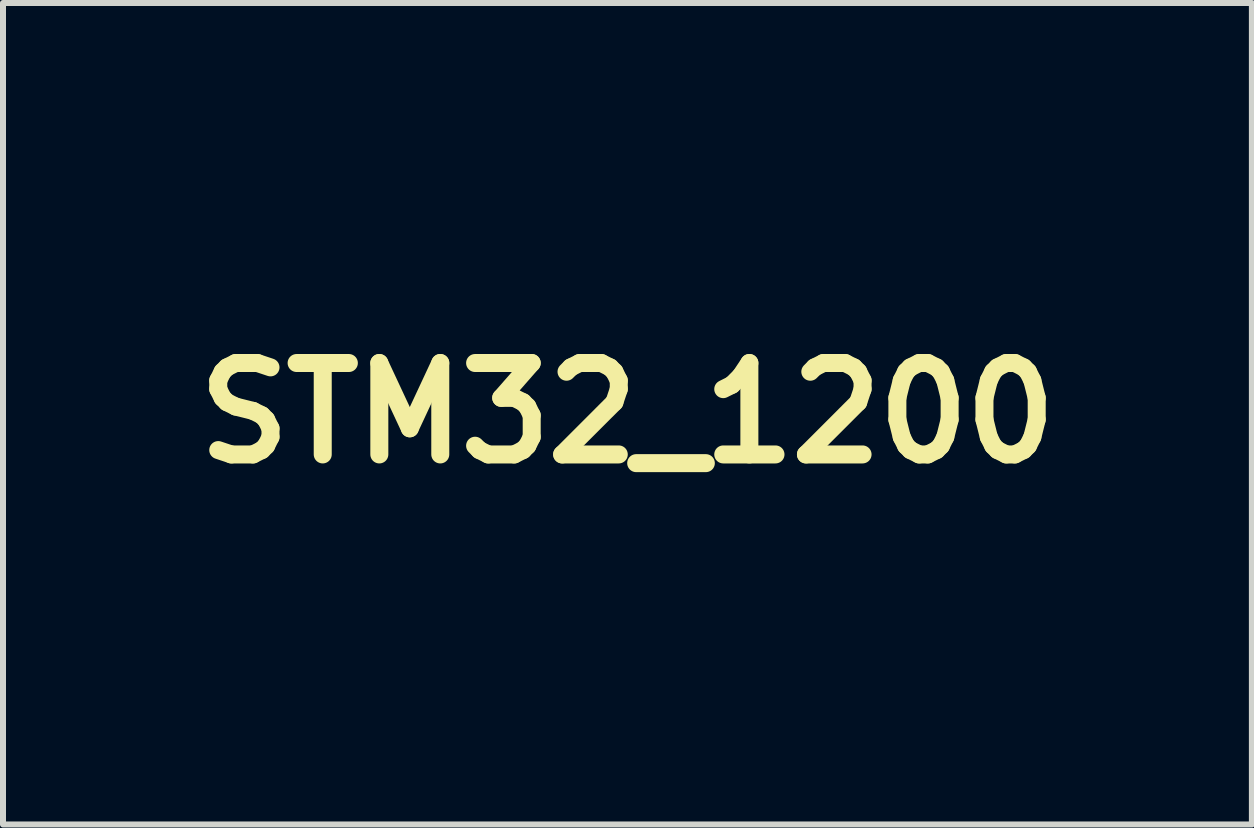
<source format=kicad_pcb>
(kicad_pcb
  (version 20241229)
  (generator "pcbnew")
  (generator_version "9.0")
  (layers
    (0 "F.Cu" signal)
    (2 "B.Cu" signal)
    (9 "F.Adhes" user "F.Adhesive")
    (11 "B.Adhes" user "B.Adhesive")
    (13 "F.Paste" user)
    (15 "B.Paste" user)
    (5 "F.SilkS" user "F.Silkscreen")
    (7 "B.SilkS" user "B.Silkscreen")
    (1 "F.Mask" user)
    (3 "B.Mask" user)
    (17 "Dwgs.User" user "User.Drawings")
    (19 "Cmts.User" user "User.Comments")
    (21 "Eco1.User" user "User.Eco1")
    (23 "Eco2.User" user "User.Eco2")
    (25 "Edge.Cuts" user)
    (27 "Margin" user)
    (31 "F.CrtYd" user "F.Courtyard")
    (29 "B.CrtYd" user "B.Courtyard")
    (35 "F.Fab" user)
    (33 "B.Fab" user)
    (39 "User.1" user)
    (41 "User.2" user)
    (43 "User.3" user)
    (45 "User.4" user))
  (footprint "STM32_1200"
    (layer "F.Cu")
    (at 7.41 3.836)
    (property "Reference" "STM32_1200" (at 0 0 0) (layer "F.SilkS") (effects (font (size 1.524 1.524) (thickness 0.3))))
    (attr through_hole)
    (fp_poly (pts (xy 1.921 0.207) (xy 1.928 0.225) (xy 1.921 0.231) (xy 1.902 0.23) (xy 1.898 0.225) (xy 1.894 0.205) (xy 1.908 0.2) (xy 1.921 0.207)) (stroke (width 0.01) (type solid)) (fill yes) (layer "F.Mask"))
    (fp_poly (pts (xy 1.753 0.369) (xy 1.757 0.38) (xy 1.747 0.401) (xy 1.727 0.406) (xy 1.717 0.4) (xy 1.707 0.378) (xy 1.715 0.359) (xy 1.732 0.355) (xy 1.753 0.369)) (stroke (width 0.01) (type solid)) (fill yes) (layer "F.Mask"))
    (fp_poly (pts (xy 2.001 0.12) (xy 2.004 0.126) (xy 1.994 0.145) (xy 1.976 0.149) (xy 1.97 0.145) (xy 1.962 0.125) (xy 1.977 0.113) (xy 1.983 0.113) (xy 2.001 0.12)) (stroke (width 0.01) (type solid)) (fill yes) (layer "F.Mask"))
    (fp_poly (pts (xy 1.397 -0.05) (xy 1.421 -0.038) (xy 1.425 -0.027) (xy 1.415 -0.013) (xy 1.389 0.009) (xy 1.355 0.032) (xy 1.322 0.051) (xy 1.299 0.061) (xy 1.293 0.061) (xy 1.285 0.037) (xy 1.286 0.002) (xy 1.295 -0.03) (xy 1.301 -0.04) (xy 1.327 -0.052) (xy 1.363 -0.056) (xy 1.397 -0.05)) (stroke (width 0.01) (type solid)) (fill yes) (layer "F.Mask"))
    (fp_poly (pts (xy 0.576 0.566) (xy 0.618 0.598) (xy 0.652 0.645) (xy 0.659 0.66) (xy 0.671 0.695) (xy 0.669 0.72) (xy 0.657 0.742) (xy 0.624 0.77) (xy 0.58 0.775) (xy 0.532 0.757) (xy 0.515 0.746) (xy 0.482 0.71) (xy 0.457 0.668) (xy 0.456 0.667) (xy 0.444 0.631) (xy 0.446 0.607) (xy 0.458 0.584) (xy 0.49 0.557) (xy 0.531 0.552) (xy 0.576 0.566)) (stroke (width 0.01) (type solid)) (fill yes) (layer "F.Mask"))
    (fp_poly (pts (xy 0.395 -3.831) (xy 0.539 -3.824) (xy 0.665 -3.801) (xy 0.777 -3.761) (xy 0.882 -3.701) (xy 0.985 -3.619) (xy 1.011 -3.595) (xy 1.074 -3.539) (xy 1.121 -3.503) (xy 1.154 -3.487) (xy 1.163 -3.485) (xy 1.2 -3.472) (xy 1.227 -3.444) (xy 1.244 -3.422) (xy 1.261 -3.412) (xy 1.283 -3.414) (xy 1.317 -3.428) (xy 1.367 -3.457) (xy 1.382 -3.467) (xy 1.425 -3.491) (xy 1.451 -3.502) (xy 1.468 -3.501) (xy 1.484 -3.49) (xy 1.485 -3.49) (xy 1.509 -3.455) (xy 1.505 -3.418) (xy 1.473 -3.379) (xy 1.446 -3.358) (xy 1.403 -3.322) (xy 1.387 -3.292) (xy 1.398 -3.267) (xy 1.411 -3.256) (xy 1.432 -3.253) (xy 1.466 -3.265) (xy 1.517 -3.292) (xy 1.52 -3.294) (xy 1.573 -3.324) (xy 1.609 -3.339) (xy 1.632 -3.341) (xy 1.65 -3.331) (xy 1.66 -3.32) (xy 1.677 -3.286) (xy 1.672 -3.255) (xy 1.642 -3.224) (xy 1.609 -3.201) (xy 1.564 -3.17) (xy 1.543 -3.145) (xy 1.543 -3.124) (xy 1.563 -3.1) (xy 1.578 -3.09) (xy 1.594 -3.088) (xy 1.62 -3.096) (xy 1.661 -3.115) (xy 1.689 -3.129) (xy 1.741 -3.155) (xy 1.775 -3.168) (xy 1.796 -3.17) (xy 1.811 -3.163) (xy 1.812 -3.162) (xy 1.834 -3.13) (xy 1.829 -3.095) (xy 1.796 -3.057) (xy 1.764 -3.034) (xy 1.721 -3.005) (xy 1.7 -2.984) (xy 1.697 -2.967) (xy 1.711 -2.948) (xy 1.716 -2.943) (xy 1.733 -2.928) (xy 1.752 -2.923) (xy 1.777 -2.929) (xy 1.815 -2.948) (xy 1.859 -2.971) (xy 1.916 -3) (xy 1.955 -3.009) (xy 1.979 -2.999) (xy 1.989 -2.969) (xy 1.99 -2.95) (xy 1.983 -2.921) (xy 1.96 -2.892) (xy 1.926 -2.866) (xy 1.891 -2.839) (xy 1.868 -2.818) (xy 1.863 -2.809) (xy 1.872 -2.793) (xy 1.89 -2.773) (xy 1.906 -2.762) (xy 1.921 -2.758) (xy 1.944 -2.764) (xy 1.981 -2.781) (xy 2.016 -2.799) (xy 2.065 -2.824) (xy 2.096 -2.837) (xy 2.115 -2.839) (xy 2.128 -2.832) (xy 2.136 -2.824) (xy 2.158 -2.788) (xy 2.154 -2.754) (xy 2.124 -2.719) (xy 2.088 -2.694) (xy 2.051 -2.669) (xy 2.025 -2.649) (xy 2.018 -2.64) (xy 2.027 -2.624) (xy 2.05 -2.6) (xy 2.051 -2.599) (xy 2.084 -2.568) (xy 2.187 -2.627) (xy 2.237 -2.656) (xy 2.269 -2.672) (xy 2.288 -2.676) (xy 2.3 -2.671) (xy 2.309 -2.66) (xy 2.326 -2.627) (xy 2.322 -2.596) (xy 2.295 -2.563) (xy 2.258 -2.533) (xy 2.221 -2.504) (xy 2.195 -2.481) (xy 2.187 -2.471) (xy 2.197 -2.455) (xy 2.219 -2.43) (xy 2.221 -2.428) (xy 2.255 -2.396) (xy 2.356 -2.456) (xy 2.406 -2.485) (xy 2.437 -2.501) (xy 2.457 -2.506) (xy 2.471 -2.501) (xy 2.484 -2.489) (xy 2.504 -2.453) (xy 2.497 -2.414) (xy 2.461 -2.372) (xy 2.425 -2.345) (xy 2.354 -2.298) (xy 2.386 -2.264) (xy 2.412 -2.24) (xy 2.436 -2.232) (xy 2.465 -2.24) (xy 2.507 -2.265) (xy 2.528 -2.279) (xy 2.576 -2.31) (xy 2.608 -2.325) (xy 2.63 -2.325) (xy 2.649 -2.312) (xy 2.65 -2.311) (xy 2.667 -2.277) (xy 2.662 -2.238) (xy 2.637 -2.204) (xy 2.628 -2.198) (xy 2.587 -2.17) (xy 2.554 -2.146) (xy 2.519 -2.119) (xy 2.553 -2.082) (xy 2.579 -2.058) (xy 2.596 -2.046) (xy 2.597 -2.046) (xy 2.613 -2.053) (xy 2.647 -2.07) (xy 2.692 -2.096) (xy 2.703 -2.102) (xy 2.752 -2.13) (xy 2.783 -2.145) (xy 2.803 -2.148) (xy 2.817 -2.142) (xy 2.825 -2.135) (xy 2.846 -2.107) (xy 2.846 -2.078) (xy 2.821 -2.044) (xy 2.773 -2.004) (xy 2.734 -1.974) (xy 2.706 -1.949) (xy 2.695 -1.936) (xy 2.695 -1.935) (xy 2.705 -1.921) (xy 2.73 -1.899) (xy 2.758 -1.878) (xy 2.782 -1.864) (xy 2.787 -1.863) (xy 2.802 -1.87) (xy 2.834 -1.89) (xy 2.874 -1.918) (xy 2.875 -1.919) (xy 2.923 -1.952) (xy 2.954 -1.969) (xy 2.975 -1.972) (xy 2.99 -1.963) (xy 3 -1.951) (xy 3.016 -1.922) (xy 3.014 -1.895) (xy 2.993 -1.865) (xy 2.949 -1.828) (xy 2.928 -1.813) (xy 2.882 -1.778) (xy 2.851 -1.749) (xy 2.835 -1.73) (xy 2.838 -1.722) (xy 2.854 -1.726) (xy 2.875 -1.721) (xy 2.904 -1.702) (xy 2.91 -1.696) (xy 2.949 -1.66) (xy 3.048 -1.728) (xy 3.096 -1.761) (xy 3.127 -1.78) (xy 3.147 -1.786) (xy 3.161 -1.782) (xy 3.175 -1.771) (xy 3.196 -1.746) (xy 3.199 -1.721) (xy 3.182 -1.694) (xy 3.143 -1.66) (xy 3.104 -1.632) (xy 3.05 -1.592) (xy 3.021 -1.563) (xy 3.017 -1.545) (xy 3.039 -1.538) (xy 3.043 -1.538) (xy 3.069 -1.53) (xy 3.102 -1.512) (xy 3.103 -1.511) (xy 3.141 -1.484) (xy 3.237 -1.55) (xy 3.284 -1.582) (xy 3.314 -1.599) (xy 3.332 -1.604) (xy 3.344 -1.599) (xy 3.353 -1.588) (xy 3.37 -1.556) (xy 3.369 -1.525) (xy 3.347 -1.492) (xy 3.303 -1.453) (xy 3.28 -1.435) (xy 3.229 -1.395) (xy 3.203 -1.366) (xy 3.202 -1.348) (xy 3.224 -1.341) (xy 3.235 -1.341) (xy 3.269 -1.331) (xy 3.29 -1.317) (xy 3.304 -1.307) (xy 3.32 -1.306) (xy 3.343 -1.316) (xy 3.379 -1.339) (xy 3.409 -1.359) (xy 3.458 -1.391) (xy 3.49 -1.408) (xy 3.511 -1.413) (xy 3.528 -1.408) (xy 3.529 -1.407) (xy 3.56 -1.381) (xy 3.566 -1.353) (xy 3.547 -1.321) (xy 3.503 -1.283) (xy 3.489 -1.273) (xy 3.435 -1.235) (xy 3.4 -1.21) (xy 3.382 -1.193) (xy 3.376 -1.182) (xy 3.38 -1.172) (xy 3.386 -1.165) (xy 3.414 -1.146) (xy 3.431 -1.143) (xy 3.465 -1.136) (xy 3.484 -1.126) (xy 3.501 -1.12) (xy 3.522 -1.124) (xy 3.553 -1.14) (xy 3.599 -1.17) (xy 3.607 -1.176) (xy 3.654 -1.208) (xy 3.685 -1.225) (xy 3.704 -1.231) (xy 3.719 -1.226) (xy 3.728 -1.218) (xy 3.752 -1.184) (xy 3.747 -1.149) (xy 3.715 -1.113) (xy 3.694 -1.098) (xy 3.626 -1.052) (xy 3.583 -1.017) (xy 3.563 -0.991) (xy 3.564 -0.974) (xy 3.565 -0.974) (xy 3.591 -0.959) (xy 3.614 -0.952) (xy 3.654 -0.945) (xy 3.676 -0.939) (xy 3.706 -0.942) (xy 3.752 -0.964) (xy 3.789 -0.987) (xy 3.832 -1.015) (xy 3.866 -1.035) (xy 3.883 -1.044) (xy 3.884 -1.044) (xy 3.905 -1.034) (xy 3.928 -1.01) (xy 3.944 -0.982) (xy 3.946 -0.966) (xy 3.931 -0.949) (xy 3.9 -0.921) (xy 3.857 -0.887) (xy 3.838 -0.873) (xy 3.791 -0.838) (xy 3.763 -0.815) (xy 3.752 -0.799) (xy 3.753 -0.786) (xy 3.762 -0.774) (xy 3.795 -0.754) (xy 3.823 -0.748) (xy 3.857 -0.743) (xy 3.876 -0.733) (xy 3.893 -0.732) (xy 3.927 -0.748) (xy 3.976 -0.783) (xy 4.018 -0.813) (xy 4.053 -0.836) (xy 4.073 -0.846) (xy 4.074 -0.847) (xy 4.097 -0.835) (xy 4.119 -0.81) (xy 4.131 -0.782) (xy 4.13 -0.771) (xy 4.116 -0.753) (xy 4.084 -0.725) (xy 4.041 -0.689) (xy 4.015 -0.67) (xy 3.969 -0.634) (xy 3.933 -0.604) (xy 3.912 -0.585) (xy 3.909 -0.58) (xy 3.912 -0.563) (xy 3.919 -0.526) (xy 3.929 -0.477) (xy 3.93 -0.473) (xy 3.94 -0.407) (xy 3.946 -0.328) (xy 3.95 -0.243) (xy 3.949 -0.159) (xy 3.945 -0.083) (xy 3.938 -0.024) (xy 3.931 0.004) (xy 3.894 0.086) (xy 3.844 0.169) (xy 3.786 0.247) (xy 3.724 0.313) (xy 3.664 0.363) (xy 3.635 0.379) (xy 3.597 0.399) (xy 3.571 0.415) (xy 3.565 0.421) (xy 3.569 0.438) (xy 3.587 0.467) (xy 3.604 0.488) (xy 3.637 0.531) (xy 3.666 0.574) (xy 3.674 0.589) (xy 3.695 0.623) (xy 3.713 0.633) (xy 3.733 0.622) (xy 3.737 0.618) (xy 3.747 0.613) (xy 3.752 0.628) (xy 3.751 0.668) (xy 3.751 0.668) (xy 3.746 0.716) (xy 3.731 0.747) (xy 3.714 0.762) (xy 3.68 0.79) (xy 3.809 0.94) (xy 3.865 1.007) (xy 3.902 1.055) (xy 3.922 1.087) (xy 3.925 1.104) (xy 3.924 1.106) (xy 3.917 1.111) (xy 3.911 1.114) (xy 3.902 1.109) (xy 3.887 1.096) (xy 3.864 1.072) (xy 3.831 1.034) (xy 3.784 0.979) (xy 3.726 0.91) (xy 3.584 0.741) (xy 3.586 0.646) (xy 3.586 0.588) (xy 3.58 0.551) (xy 3.566 0.526) (xy 3.563 0.522) (xy 3.533 0.498) (xy 3.505 0.5) (xy 3.478 0.523) (xy 3.451 0.542) (xy 3.428 0.546) (xy 3.401 0.55) (xy 3.371 0.565) (xy 3.337 0.591) (xy 3.37 0.631) (xy 3.396 0.666) (xy 3.429 0.712) (xy 3.446 0.737) (xy 3.471 0.775) (xy 3.488 0.792) (xy 3.501 0.792) (xy 3.516 0.781) (xy 3.531 0.769) (xy 3.539 0.772) (xy 3.542 0.795) (xy 3.542 0.829) (xy 3.54 0.875) (xy 3.53 0.903) (xy 3.509 0.924) (xy 3.504 0.928) (xy 3.466 0.956) (xy 3.598 1.107) (xy 3.653 1.172) (xy 3.691 1.222) (xy 3.713 1.256) (xy 3.716 1.271) (xy 3.705 1.271) (xy 3.686 1.257) (xy 3.655 1.228) (xy 3.612 1.183) (xy 3.555 1.119) (xy 3.483 1.035) (xy 3.446 0.993) (xy 3.41 0.949) (xy 3.388 0.918) (xy 3.377 0.889) (xy 3.373 0.854) (xy 3.373 0.808) (xy 3.371 0.754) (xy 3.366 0.719) (xy 3.354 0.695) (xy 3.34 0.68) (xy 3.308 0.65) (xy 3.255 0.685) (xy 3.221 0.705) (xy 3.197 0.714) (xy 3.191 0.714) (xy 3.174 0.718) (xy 3.15 0.737) (xy 3.149 0.738) (xy 3.119 0.77) (xy 3.153 0.806) (xy 3.18 0.84) (xy 3.212 0.885) (xy 3.228 0.909) (xy 3.252 0.947) (xy 3.268 0.963) (xy 3.281 0.962) (xy 3.292 0.954) (xy 3.313 0.936) (xy 3.325 0.937) (xy 3.328 0.962) (xy 3.328 0.998) (xy 3.322 1.046) (xy 3.305 1.079) (xy 3.29 1.095) (xy 3.254 1.125) (xy 3.383 1.278) (xy 3.429 1.334) (xy 3.466 1.382) (xy 3.492 1.419) (xy 3.504 1.44) (xy 3.504 1.443) (xy 3.498 1.448) (xy 3.487 1.444) (xy 3.469 1.429) (xy 3.441 1.401) (xy 3.402 1.358) (xy 3.348 1.297) (xy 3.307 1.25) (xy 3.244 1.174) (xy 3.198 1.114) (xy 3.168 1.066) (xy 3.152 1.024) (xy 3.147 0.984) (xy 3.152 0.942) (xy 3.154 0.932) (xy 3.156 0.897) (xy 3.14 0.868) (xy 3.126 0.853) (xy 3.09 0.816) (xy 3.047 0.853) (xy 3.011 0.876) (xy 2.979 0.889) (xy 2.974 0.889) (xy 2.94 0.898) (xy 2.92 0.912) (xy 2.908 0.925) (xy 2.906 0.939) (xy 2.918 0.961) (xy 2.945 0.995) (xy 2.957 1.011) (xy 2.988 1.05) (xy 3.011 1.081) (xy 3.02 1.097) (xy 3.02 1.098) (xy 3.027 1.117) (xy 3.033 1.128) (xy 3.046 1.14) (xy 3.063 1.133) (xy 3.075 1.123) (xy 3.092 1.108) (xy 3.101 1.109) (xy 3.104 1.129) (xy 3.104 1.168) (xy 3.102 1.215) (xy 3.092 1.244) (xy 3.07 1.267) (xy 3.036 1.294) (xy 3.095 1.365) (xy 3.137 1.416) (xy 3.186 1.473) (xy 3.221 1.514) (xy 3.258 1.56) (xy 3.282 1.595) (xy 3.289 1.617) (xy 3.279 1.622) (xy 3.275 1.62) (xy 3.262 1.609) (xy 3.234 1.58) (xy 3.195 1.538) (xy 3.15 1.488) (xy 3.102 1.434) (xy 3.056 1.381) (xy 3.014 1.332) (xy 2.982 1.293) (xy 2.97 1.278) (xy 2.949 1.246) (xy 2.939 1.212) (xy 2.936 1.166) (xy 2.937 1.144) (xy 2.932 1.076) (xy 2.914 1.029) (xy 2.885 1.005) (xy 2.847 1.006) (xy 2.804 1.03) (xy 2.775 1.05) (xy 2.753 1.058) (xy 2.752 1.058) (xy 2.73 1.066) (xy 2.703 1.08) (xy 2.669 1.102) (xy 2.739 1.194) (xy 2.771 1.238) (xy 2.795 1.274) (xy 2.807 1.296) (xy 2.808 1.299) (xy 2.817 1.312) (xy 2.838 1.305) (xy 2.856 1.29) (xy 2.869 1.28) (xy 2.876 1.286) (xy 2.878 1.311) (xy 2.879 1.345) (xy 2.877 1.393) (xy 2.869 1.421) (xy 2.851 1.44) (xy 2.847 1.443) (xy 2.826 1.46) (xy 2.826 1.476) (xy 2.837 1.491) (xy 2.855 1.512) (xy 2.886 1.549) (xy 2.926 1.597) (xy 2.961 1.639) (xy 3.011 1.701) (xy 3.044 1.745) (xy 3.059 1.774) (xy 3.059 1.789) (xy 3.048 1.792) (xy 3.034 1.782) (xy 3.007 1.753) (xy 2.969 1.711) (xy 2.924 1.659) (xy 2.911 1.643) (xy 2.847 1.566) (xy 2.799 1.506) (xy 2.764 1.46) (xy 2.741 1.424) (xy 2.727 1.395) (xy 2.719 1.368) (xy 2.716 1.34) (xy 2.716 1.31) (xy 2.713 1.259) (xy 2.704 1.225) (xy 2.686 1.198) (xy 2.679 1.191) (xy 2.643 1.155) (xy 2.592 1.199) (xy 2.559 1.224) (xy 2.533 1.235) (xy 2.525 1.234) (xy 2.506 1.236) (xy 2.48 1.252) (xy 2.46 1.272) (xy 2.455 1.285) (xy 2.464 1.301) (xy 2.485 1.331) (xy 2.501 1.352) (xy 2.534 1.395) (xy 2.563 1.439) (xy 2.572 1.454) (xy 2.59 1.483) (xy 2.603 1.49) (xy 2.62 1.479) (xy 2.623 1.476) (xy 2.646 1.458) (xy 2.658 1.459) (xy 2.661 1.482) (xy 2.661 1.517) (xy 2.649 1.58) (xy 2.628 1.612) (xy 2.598 1.644) (xy 2.724 1.798) (xy 2.768 1.854) (xy 2.805 1.904) (xy 2.83 1.941) (xy 2.841 1.963) (xy 2.84 1.966) (xy 2.827 1.966) (xy 2.806 1.948) (xy 2.805 1.946) (xy 2.782 1.918) (xy 2.748 1.877) (xy 2.712 1.835) (xy 2.639 1.749) (xy 2.584 1.681) (xy 2.543 1.627) (xy 2.515 1.583) (xy 2.497 1.546) (xy 2.488 1.512) (xy 2.485 1.479) (xy 2.486 1.461) (xy 2.481 1.406) (xy 2.462 1.369) (xy 2.439 1.348) (xy 2.416 1.344) (xy 2.387 1.36) (xy 2.357 1.383) (xy 2.327 1.405) (xy 2.305 1.413) (xy 2.3 1.411) (xy 2.285 1.408) (xy 2.261 1.419) (xy 2.239 1.438) (xy 2.23 1.459) (xy 2.23 1.46) (xy 2.239 1.484) (xy 2.251 1.496) (xy 2.269 1.517) (xy 2.294 1.554) (xy 2.316 1.59) (xy 2.341 1.629) (xy 2.363 1.654) (xy 2.376 1.66) (xy 2.414 1.645) (xy 2.433 1.644) (xy 2.439 1.66) (xy 2.438 1.696) (xy 2.431 1.745) (xy 2.411 1.778) (xy 2.403 1.785) (xy 2.37 1.813) (xy 2.497 1.972) (xy 2.542 2.029) (xy 2.581 2.078) (xy 2.609 2.114) (xy 2.623 2.135) (xy 2.625 2.138) (xy 2.62 2.145) (xy 2.606 2.138) (xy 2.58 2.114) (xy 2.541 2.071) (xy 2.487 2.009) (xy 2.447 1.96) (xy 2.383 1.884) (xy 2.336 1.825) (xy 2.302 1.781) (xy 2.281 1.748) (xy 2.268 1.723) (xy 2.263 1.701) (xy 2.264 1.68) (xy 2.266 1.662) (xy 2.266 1.612) (xy 2.247 1.565) (xy 2.244 1.559) (xy 2.223 1.529) (xy 2.206 1.511) (xy 2.203 1.51) (xy 2.188 1.518) (xy 2.159 1.539) (xy 2.142 1.552) (xy 2.108 1.576) (xy 2.08 1.588) (xy 2.072 1.588) (xy 2.049 1.591) (xy 2.018 1.608) (xy 2.018 1.608) (xy 1.983 1.635) (xy 2.019 1.675) (xy 2.048 1.711) (xy 2.08 1.758) (xy 2.094 1.782) (xy 2.12 1.824) (xy 2.139 1.844) (xy 2.156 1.843) (xy 2.175 1.825) (xy 2.187 1.814) (xy 2.195 1.821) (xy 2.201 1.85) (xy 2.203 1.864) (xy 2.207 1.907) (xy 2.199 1.936) (xy 2.178 1.963) (xy 2.144 1.999) (xy 2.272 2.156) (xy 2.316 2.212) (xy 2.352 2.26) (xy 2.377 2.297) (xy 2.387 2.317) (xy 2.387 2.32) (xy 2.377 2.32) (xy 2.361 2.309) (xy 2.336 2.284) (xy 2.301 2.243) (xy 2.253 2.184) (xy 2.199 2.117) (xy 2.139 2.039) (xy 2.095 1.979) (xy 2.065 1.933) (xy 2.047 1.898) (xy 2.039 1.87) (xy 2.039 1.845) (xy 2.04 1.838) (xy 2.038 1.789) (xy 2.019 1.737) (xy 1.987 1.697) (xy 1.986 1.696) (xy 1.969 1.691) (xy 1.946 1.701) (xy 1.911 1.729) (xy 1.876 1.755) (xy 1.846 1.77) (xy 1.834 1.771) (xy 1.808 1.774) (xy 1.782 1.789) (xy 1.75 1.813) (xy 1.799 1.875) (xy 1.826 1.911) (xy 1.844 1.938) (xy 1.849 1.947) (xy 1.856 1.965) (xy 1.876 1.992) (xy 1.878 1.995) (xy 1.899 2.019) (xy 1.916 2.023) (xy 1.94 2.01) (xy 1.96 1.998) (xy 1.971 2.001) (xy 1.976 2.025) (xy 1.979 2.049) (xy 1.98 2.091) (xy 1.971 2.118) (xy 1.95 2.139) (xy 1.915 2.168) (xy 2.037 2.324) (xy 2.081 2.381) (xy 2.118 2.43) (xy 2.145 2.467) (xy 2.158 2.487) (xy 2.159 2.489) (xy 2.154 2.498) (xy 2.138 2.49) (xy 2.111 2.464) (xy 2.07 2.417) (xy 2.014 2.35) (xy 2 2.332) (xy 1.935 2.251) (xy 1.887 2.188) (xy 1.852 2.139) (xy 1.829 2.1) (xy 1.815 2.068) (xy 1.808 2.038) (xy 1.806 2.006) (xy 1.806 2.001) (xy 1.801 1.947) (xy 1.781 1.906) (xy 1.773 1.896) (xy 1.739 1.857) (xy 1.678 1.909) (xy 1.641 1.937) (xy 1.61 1.953) (xy 1.595 1.955) (xy 1.568 1.958) (xy 1.545 1.97) (xy 1.533 1.979) (xy 1.526 1.987) (xy 1.527 1.999) (xy 1.536 2.02) (xy 1.557 2.053) (xy 1.59 2.102) (xy 1.613 2.137) (xy 1.642 2.179) (xy 1.661 2.201) (xy 1.676 2.207) (xy 1.692 2.201) (xy 1.7 2.196) (xy 1.727 2.182) (xy 1.743 2.189) (xy 1.749 2.219) (xy 1.75 2.245) (xy 1.744 2.288) (xy 1.722 2.318) (xy 1.714 2.324) (xy 1.679 2.35) (xy 1.756 2.448) (xy 1.798 2.501) (xy 1.838 2.552) (xy 1.871 2.592) (xy 1.877 2.599) (xy 1.903 2.634) (xy 1.917 2.662) (xy 1.919 2.676) (xy 1.907 2.674) (xy 1.898 2.667) (xy 1.874 2.643) (xy 1.838 2.601) (xy 1.795 2.548) (xy 1.748 2.488) (xy 1.702 2.427) (xy 1.66 2.37) (xy 1.626 2.322) (xy 1.605 2.288) (xy 1.602 2.281) (xy 1.587 2.234) (xy 1.58 2.189) (xy 1.58 2.186) (xy 1.574 2.148) (xy 1.557 2.107) (xy 1.536 2.07) (xy 1.514 2.049) (xy 1.505 2.046) (xy 1.485 2.055) (xy 1.453 2.076) (xy 1.436 2.089) (xy 1.402 2.114) (xy 1.374 2.127) (xy 1.365 2.128) (xy 1.343 2.133) (xy 1.312 2.152) (xy 1.308 2.154) (xy 1.27 2.185) (xy 1.303 2.225) (xy 1.33 2.26) (xy 1.363 2.306) (xy 1.382 2.333) (xy 1.408 2.37) (xy 1.425 2.388) (xy 1.44 2.39) (xy 1.46 2.38) (xy 1.462 2.378) (xy 1.486 2.366) (xy 1.497 2.367) (xy 1.504 2.423) (xy 1.504 2.46) (xy 1.496 2.486) (xy 1.48 2.507) (xy 1.449 2.539) (xy 1.539 2.656) (xy 1.58 2.71) (xy 1.619 2.759) (xy 1.649 2.798) (xy 1.661 2.813) (xy 1.686 2.849) (xy 1.693 2.872) (xy 1.683 2.878) (xy 1.669 2.867) (xy 1.645 2.84) (xy 1.628 2.818) (xy 1.601 2.782) (xy 1.562 2.731) (xy 1.518 2.673) (xy 1.484 2.63) (xy 1.428 2.555) (xy 1.388 2.497) (xy 1.361 2.452) (xy 1.347 2.416) (xy 1.341 2.384) (xy 1.341 2.376) (xy 1.334 2.348) (xy 1.318 2.31) (xy 1.297 2.272) (xy 1.276 2.242) (xy 1.26 2.23) (xy 1.259 2.23) (xy 1.245 2.238) (xy 1.216 2.259) (xy 1.191 2.279) (xy 1.155 2.305) (xy 1.125 2.32) (xy 1.112 2.322) (xy 1.089 2.325) (xy 1.061 2.342) (xy 1.028 2.37) (xy 1.084 2.444) (xy 1.116 2.488) (xy 1.142 2.528) (xy 1.156 2.551) (xy 1.18 2.578) (xy 1.208 2.578) (xy 1.228 2.561) (xy 1.248 2.546) (xy 1.263 2.558) (xy 1.27 2.595) (xy 1.27 2.613) (xy 1.264 2.66) (xy 1.243 2.691) (xy 1.239 2.695) (xy 1.208 2.72) (xy 1.33 2.881) (xy 1.384 2.952) (xy 1.421 3.003) (xy 1.443 3.036) (xy 1.452 3.055) (xy 1.449 3.061) (xy 1.44 3.06) (xy 1.424 3.045) (xy 1.395 3.012) (xy 1.357 2.964) (xy 1.313 2.907) (xy 1.267 2.844) (xy 1.222 2.78) (xy 1.181 2.721) (xy 1.147 2.669) (xy 1.125 2.631) (xy 1.116 2.613) (xy 1.105 2.568) (xy 1.095 2.528) (xy 1.095 2.526) (xy 1.08 2.491) (xy 1.055 2.453) (xy 1.052 2.45) (xy 1.019 2.409) (xy 0.96 2.455) (xy 0.922 2.482) (xy 0.89 2.499) (xy 0.877 2.503) (xy 0.85 2.512) (xy 0.82 2.529) (xy 0.798 2.549) (xy 0.792 2.564) (xy 0.802 2.58) (xy 0.823 2.614) (xy 0.853 2.659) (xy 0.866 2.678) (xy 0.934 2.782) (xy 0.969 2.758) (xy 0.999 2.744) (xy 1.018 2.752) (xy 1.03 2.783) (xy 1.035 2.804) (xy 1.037 2.84) (xy 1.023 2.862) (xy 1.009 2.873) (xy 0.984 2.894) (xy 0.974 2.909) (xy 0.982 2.925) (xy 1.004 2.958) (xy 1.038 3.005) (xy 1.079 3.06) (xy 1.094 3.079) (xy 1.137 3.136) (xy 1.174 3.186) (xy 1.2 3.224) (xy 1.213 3.246) (xy 1.214 3.249) (xy 1.206 3.244) (xy 1.184 3.22) (xy 1.151 3.182) (xy 1.112 3.134) (xy 1.068 3.079) (xy 1.023 3.023) (xy 0.981 2.968) (xy 0.944 2.919) (xy 0.918 2.881) (xy 0.888 2.828) (xy 0.862 2.768) (xy 0.855 2.745) (xy 0.836 2.695) (xy 0.815 2.651) (xy 0.804 2.634) (xy 0.774 2.596) (xy 0.707 2.653) (xy 0.668 2.682) (xy 0.636 2.7) (xy 0.62 2.703) (xy 0.595 2.706) (xy 0.567 2.721) (xy 0.535 2.746) (xy 0.607 2.854) (xy 0.64 2.902) (xy 0.667 2.939) (xy 0.685 2.96) (xy 0.69 2.963) (xy 0.707 2.956) (xy 0.731 2.941) (xy 0.748 2.93) (xy 0.759 2.929) (xy 0.769 2.941) (xy 0.782 2.972) (xy 0.797 3.016) (xy 0.791 3.036) (xy 0.769 3.06) (xy 0.768 3.06) (xy 0.744 3.084) (xy 0.734 3.104) (xy 0.734 3.104) (xy 0.742 3.123) (xy 0.764 3.157) (xy 0.795 3.199) (xy 0.802 3.208) (xy 0.869 3.295) (xy 0.917 3.362) (xy 0.948 3.408) (xy 0.961 3.435) (xy 0.957 3.443) (xy 0.938 3.432) (xy 0.913 3.404) (xy 0.901 3.39) (xy 0.879 3.358) (xy 0.845 3.311) (xy 0.802 3.252) (xy 0.757 3.19) (xy 0.751 3.182) (xy 0.692 3.098) (xy 0.651 3.029) (xy 0.623 2.972) (xy 0.613 2.942) (xy 0.591 2.878) (xy 0.567 2.829) (xy 0.544 2.8) (xy 0.531 2.794) (xy 0.515 2.803) (xy 0.484 2.824) (xy 0.452 2.85) (xy 0.411 2.881) (xy 0.382 2.894) (xy 0.372 2.893) (xy 0.353 2.891) (xy 0.321 2.91) (xy 0.319 2.911) (xy 0.279 2.943) (xy 0.347 3.042) (xy 0.385 3.097) (xy 0.41 3.132) (xy 0.428 3.151) (xy 0.442 3.157) (xy 0.455 3.152) (xy 0.472 3.142) (xy 0.497 3.128) (xy 0.512 3.131) (xy 0.527 3.157) (xy 0.529 3.16) (xy 0.546 3.2) (xy 0.546 3.227) (xy 0.527 3.252) (xy 0.513 3.265) (xy 0.476 3.297) (xy 0.604 3.469) (xy 0.648 3.528) (xy 0.682 3.578) (xy 0.706 3.616) (xy 0.717 3.637) (xy 0.716 3.64) (xy 0.699 3.628) (xy 0.671 3.596) (xy 0.633 3.548) (xy 0.589 3.488) (xy 0.541 3.421) (xy 0.493 3.349) (xy 0.447 3.277) (xy 0.405 3.21) (xy 0.372 3.15) (xy 0.36 3.127) (xy 0.326 3.062) (xy 0.3 3.021) (xy 0.276 3.001) (xy 0.252 3.001) (xy 0.222 3.018) (xy 0.196 3.039) (xy 0.16 3.066) (xy 0.131 3.083) (xy 0.119 3.085) (xy 0.098 3.089) (xy 0.068 3.107) (xy 0.063 3.11) (xy 0.024 3.142) (xy 0.092 3.24) (xy 0.13 3.295) (xy 0.156 3.33) (xy 0.174 3.349) (xy 0.188 3.354) (xy 0.202 3.35) (xy 0.219 3.338) (xy 0.246 3.323) (xy 0.26 3.318) (xy 0.26 3.319) (xy 0.269 3.333) (xy 0.285 3.363) (xy 0.288 3.37) (xy 0.303 3.402) (xy 0.304 3.42) (xy 0.291 3.434) (xy 0.287 3.437) (xy 0.262 3.452) (xy 0.25 3.457) (xy 0.242 3.461) (xy 0.243 3.476) (xy 0.257 3.503) (xy 0.285 3.545) (xy 0.328 3.605) (xy 0.365 3.656) (xy 0.409 3.714) (xy 0.448 3.762) (xy 0.479 3.796) (xy 0.498 3.813) (xy 0.502 3.813) (xy 0.505 3.814) (xy 0.495 3.828) (xy 0.479 3.847) (xy 0.472 3.852) (xy 0.463 3.841) (xy 0.44 3.811) (xy 0.406 3.765) (xy 0.364 3.707) (xy 0.315 3.639) (xy 0.314 3.637) (xy 0.26 3.561) (xy 0.209 3.485) (xy 0.163 3.415) (xy 0.128 3.356) (xy 0.109 3.322) (xy 0.076 3.259) (xy 0.05 3.219) (xy 0.028 3.2) (xy 0.004 3.199) (xy -0.026 3.214) (xy -0.049 3.229) (xy -0.08 3.251) (xy -0.108 3.264) (xy -0.14 3.271) (xy -0.185 3.273) (xy -0.237 3.274) (xy -0.372 3.267) (xy -0.511 3.248) (xy -0.646 3.218) (xy -0.768 3.18) (xy -0.86 3.139) (xy -0.914 3.108) (xy -0.956 3.077) (xy -0.994 3.037) (xy -1.037 2.982) (xy -1.04 2.977) (xy -1.079 2.925) (xy -1.107 2.892) (xy -1.129 2.877) (xy -1.15 2.878) (xy -1.174 2.89) (xy -1.184 2.897) (xy -1.219 2.931) (xy -1.255 2.983) (xy -1.271 3.013) (xy -1.288 3.045) (xy -1.307 3.074) (xy -1.331 3.102) (xy -1.365 3.134) (xy -1.413 3.174) (xy -1.477 3.225) (xy -1.511 3.251) (xy -1.575 3.299) (xy -1.631 3.341) (xy -1.675 3.374) (xy -1.703 3.394) (xy -1.713 3.399) (xy -1.721 3.384) (xy -1.739 3.355) (xy -1.747 3.341) (xy -1.777 3.288) (xy -1.608 3.161) (xy -1.535 3.103) (xy -1.482 3.059) (xy -1.449 3.026) (xy -1.433 3.001) (xy -1.43 2.995) (xy -1.414 2.945) (xy -1.388 2.902) (xy -1.348 2.86) (xy -1.294 2.817) (xy -1.202 2.747) (xy -1.247 2.679) (xy -1.273 2.642) (xy -1.296 2.617) (xy -1.306 2.611) (xy -1.332 2.621) (xy -1.366 2.647) (xy -1.401 2.683) (xy -1.43 2.719) (xy -1.446 2.751) (xy -1.447 2.753) (xy -1.456 2.78) (xy -1.475 2.81) (xy -1.506 2.844) (xy -1.552 2.886) (xy -1.616 2.938) (xy -1.7 3.004) (xy -1.701 3.005) (xy -1.759 3.049) (xy -1.809 3.088) (xy -1.848 3.117) (xy -1.87 3.134) (xy -1.872 3.136) (xy -1.888 3.135) (xy -1.908 3.11) (xy -1.92 3.089) (xy -1.95 3.029) (xy -1.917 3.003) (xy -1.892 2.984) (xy -1.85 2.953) (xy -1.799 2.915) (xy -1.764 2.89) (xy -1.703 2.845) (xy -1.661 2.811) (xy -1.633 2.784) (xy -1.616 2.759) (xy -1.603 2.731) (xy -1.596 2.708) (xy -1.571 2.662) (xy -1.526 2.608) (xy -1.462 2.551) (xy -1.42 2.519) (xy -1.38 2.491) (xy -1.483 2.356) (xy -1.538 2.395) (xy -1.589 2.445) (xy -1.624 2.509) (xy -1.638 2.539) (xy -1.654 2.565) (xy -1.677 2.593) (xy -1.711 2.625) (xy -1.759 2.666) (xy -1.824 2.72) (xy -1.847 2.738) (xy -2.039 2.892) (xy -2.078 2.847) (xy -2.101 2.816) (xy -2.112 2.792) (xy -2.112 2.788) (xy -2.1 2.774) (xy -2.069 2.748) (xy -2.024 2.711) (xy -1.969 2.669) (xy -1.953 2.657) (xy -1.891 2.61) (xy -1.848 2.574) (xy -1.818 2.545) (xy -1.797 2.516) (xy -1.781 2.482) (xy -1.767 2.437) (xy -1.757 2.404) (xy -1.744 2.389) (xy -1.714 2.362) (xy -1.672 2.329) (xy -1.659 2.319) (xy -1.616 2.286) (xy -1.584 2.258) (xy -1.568 2.239) (xy -1.567 2.237) (xy -1.575 2.219) (xy -1.597 2.188) (xy -1.615 2.166) (xy -1.663 2.11) (xy -1.719 2.164) (xy -1.759 2.211) (xy -1.782 2.256) (xy -1.784 2.265) (xy -1.798 2.301) (xy -1.83 2.34) (xy -1.874 2.381) (xy -1.916 2.417) (xy -1.968 2.459) (xy -2.024 2.504) (xy -2.081 2.548) (xy -2.133 2.589) (xy -2.177 2.622) (xy -2.208 2.645) (xy -2.221 2.653) (xy -2.233 2.642) (xy -2.25 2.614) (xy -2.267 2.582) (xy -2.278 2.554) (xy -2.28 2.542) (xy -2.267 2.53) (xy -2.236 2.504) (xy -2.19 2.469) (xy -2.136 2.427) (xy -2.125 2.419) (xy -2.059 2.368) (xy -2.012 2.327) (xy -1.98 2.292) (xy -1.96 2.258) (xy -1.947 2.221) (xy -1.941 2.198) (xy -1.925 2.164) (xy -1.896 2.127) (xy -1.887 2.119) (xy -1.845 2.082) (xy -1.801 2.043) (xy -1.794 2.037) (xy -1.746 1.995) (xy -1.783 1.936) (xy -1.806 1.902) (xy -1.824 1.88) (xy -1.829 1.877) (xy -1.85 1.886) (xy -1.881 1.91) (xy -1.913 1.94) (xy -1.937 1.969) (xy -1.947 1.989) (xy -1.957 2.036) (xy -1.983 2.089) (xy -2.018 2.137) (xy -2.027 2.147) (xy -2.06 2.174) (xy -2.105 2.21) (xy -2.159 2.251) (xy -2.215 2.293) (xy -2.27 2.332) (xy -2.318 2.365) (xy -2.355 2.389) (xy -2.375 2.399) (xy -2.376 2.399) (xy -2.393 2.388) (xy -2.415 2.361) (xy -2.433 2.329) (xy -2.441 2.303) (xy -2.441 2.302) (xy -2.431 2.289) (xy -2.401 2.262) (xy -2.357 2.226) (xy -2.302 2.183) (xy -2.279 2.165) (xy -2.213 2.115) (xy -2.167 2.077) (xy -2.138 2.049) (xy -2.122 2.028) (xy -2.117 2.01) (xy -2.116 2.006) (xy -2.112 1.96) (xy -2.098 1.922) (xy -2.068 1.887) (xy -2.019 1.845) (xy -2.013 1.84) (xy -1.97 1.807) (xy -1.935 1.78) (xy -1.915 1.763) (xy -1.913 1.762) (xy -1.915 1.746) (xy -1.933 1.718) (xy -1.952 1.694) (xy -2.004 1.637) (xy -2.059 1.686) (xy -2.107 1.745) (xy -2.129 1.799) (xy -2.146 1.845) (xy -2.169 1.885) (xy -2.177 1.894) (xy -2.201 1.916) (xy -2.241 1.949) (xy -2.292 1.988) (xy -2.347 2.03) (xy -2.404 2.071) (xy -2.456 2.108) (xy -2.499 2.137) (xy -2.528 2.155) (xy -2.537 2.159) (xy -2.555 2.148) (xy -2.577 2.123) (xy -2.596 2.093) (xy -2.605 2.068) (xy -2.604 2.062) (xy -2.591 2.049) (xy -2.559 2.023) (xy -2.513 1.987) (xy -2.458 1.946) (xy -2.448 1.938) (xy -2.388 1.892) (xy -2.34 1.851) (xy -2.307 1.819) (xy -2.294 1.799) (xy -2.282 1.736) (xy -2.269 1.692) (xy -2.251 1.66) (xy -2.224 1.631) (xy -2.182 1.597) (xy -2.173 1.59) (xy -2.131 1.557) (xy -2.099 1.529) (xy -2.082 1.513) (xy -2.081 1.511) (xy -2.09 1.496) (xy -2.111 1.467) (xy -2.127 1.446) (xy -2.173 1.391) (xy -2.229 1.446) (xy -2.27 1.494) (xy -2.286 1.534) (xy -2.286 1.54) (xy -2.289 1.578) (xy -2.295 1.601) (xy -2.309 1.618) (xy -2.34 1.648) (xy -2.385 1.688) (xy -2.438 1.734) (xy -2.496 1.782) (xy -2.554 1.829) (xy -2.608 1.871) (xy -2.653 1.905) (xy -2.685 1.927) (xy -2.699 1.933) (xy -2.715 1.922) (xy -2.735 1.894) (xy -2.754 1.86) (xy -2.765 1.83) (xy -2.766 1.823) (xy -2.755 1.811) (xy -2.725 1.787) (xy -2.681 1.753) (xy -2.626 1.712) (xy -2.61 1.701) (xy -2.545 1.652) (xy -2.495 1.611) (xy -2.461 1.579) (xy -2.449 1.56) (xy -2.443 1.527) (xy -2.435 1.483) (xy -2.434 1.478) (xy -2.426 1.447) (xy -2.409 1.42) (xy -2.379 1.391) (xy -2.351 1.369) (xy 0.243 1.369) (xy 0.243 1.378) (xy 0.247 1.384) (xy 0.263 1.408) (xy 0.287 1.435) (xy 0.308 1.458) (xy 0.321 1.468) (xy 0.317 1.458) (xy 0.302 1.433) (xy 0.297 1.426) (xy 0.274 1.397) (xy 0.255 1.377) (xy 0.253 1.376) (xy 0.312 1.376) (xy 0.315 1.389) (xy 0.329 1.41) (xy 0.344 1.424) (xy 0.348 1.425) (xy 0.346 1.415) (xy 0.336 1.398) (xy 0.32 1.379) (xy 0.312 1.376) (xy 0.253 1.376) (xy 0.243 1.369) (xy -2.351 1.369) (xy -2.338 1.36) (xy -2.323 1.348) (xy 0.349 1.348) (xy 0.362 1.365) (xy 0.381 1.384) (xy 0.398 1.395) (xy 0.401 1.396) (xy 0.402 1.388) (xy 0.388 1.369) (xy 0.365 1.348) (xy 0.351 1.341) (xy 0.349 1.348) (xy -2.323 1.348) (xy -2.297 1.328) (xy -2.269 1.305) (xy 0.381 1.305) (xy 0.392 1.326) (xy 0.415 1.349) (xy 0.441 1.365) (xy 0.451 1.367) (xy 0.463 1.364) (xy 0.449 1.359) (xy 0.425 1.342) (xy 0.416 1.326) (xy 0.404 1.306) (xy 0.402 1.305) (xy 0.455 1.305) (xy 0.471 1.321) (xy 0.494 1.326) (xy 0.52 1.32) (xy 0.529 1.312) (xy 0.527 1.305) (xy 0.514 1.307) (xy 0.489 1.306) (xy 0.479 1.297) (xy 0.464 1.285) (xy 0.458 1.287) (xy 0.455 1.305) (xy 0.402 1.305) (xy 0.389 1.297) (xy 0.381 1.304) (xy 0.381 1.305) (xy -2.269 1.305) (xy -2.266 1.302) (xy -2.251 1.287) (xy -2.251 1.286) (xy -2.258 1.266) (xy 0.453 1.266) (xy 0.467 1.263) (xy 0.469 1.262) (xy 0.49 1.262) (xy 0.494 1.271) (xy 0.499 1.282) (xy 0.504 1.279) (xy 0.504 1.263) (xy 0.496 1.253) (xy 0.477 1.244) (xy 0.462 1.254) (xy 0.453 1.266) (xy -2.258 1.266) (xy -2.259 1.264) (xy -2.278 1.232) (xy -2.302 1.2) (xy -2.317 1.185) (xy 0.499 1.185) (xy 0.502 1.195) (xy 0.517 1.22) (xy 0.522 1.228) (xy 0.544 1.255) (xy 0.558 1.269) (xy 0.559 1.27) (xy 0.557 1.26) (xy 0.541 1.235) (xy 0.536 1.228) (xy 0.515 1.2) (xy 0.5 1.186) (xy 0.499 1.185) (xy -2.317 1.185) (xy -2.321 1.181) (xy -2.324 1.179) (xy -2.345 1.184) (xy -2.376 1.203) (xy -2.392 1.215) (xy -2.425 1.25) (xy -2.439 1.283) (xy -2.441 1.311) (xy -2.447 1.354) (xy -2.461 1.391) (xy -2.462 1.393) (xy -2.479 1.409) (xy -2.512 1.438) (xy -2.558 1.477) (xy -2.612 1.521) (xy -2.669 1.567) (xy -2.726 1.612) (xy -2.778 1.652) (xy -2.82 1.683) (xy -2.848 1.703) (xy -2.857 1.707) (xy -2.869 1.696) (xy -2.888 1.67) (xy -2.906 1.638) (xy -2.919 1.61) (xy -2.921 1.6) (xy -2.91 1.587) (xy -2.88 1.56) (xy -2.836 1.525) (xy -2.781 1.484) (xy -2.766 1.473) (xy -2.701 1.426) (xy -2.656 1.391) (xy -2.629 1.365) (xy -2.614 1.344) (xy -2.61 1.327) (xy -2.603 1.258) (xy -2.577 1.201) (xy -2.548 1.167) (xy 0.534 1.167) (xy 0.537 1.174) (xy 0.558 1.202) (xy 0.558 1.203) (xy 0.589 1.24) (xy 0.603 1.254) (xy 0.602 1.245) (xy 0.594 1.231) (xy 0.591 1.227) (xy 0.677 1.227) (xy 0.688 1.241) (xy 0.691 1.242) (xy 0.705 1.237) (xy 0.706 1.236) (xy 0.696 1.224) (xy 0.691 1.221) (xy 0.72 1.221) (xy 0.727 1.228) (xy 0.734 1.221) (xy 0.727 1.214) (xy 0.72 1.221) (xy 0.691 1.221) (xy 0.678 1.222) (xy 0.677 1.227) (xy 0.591 1.227) (xy 0.574 1.203) (xy 0.549 1.178) (xy 0.534 1.167) (xy -2.548 1.167) (xy -2.546 1.164) (xy 0.586 1.164) (xy 0.612 1.196) (xy 0.638 1.223) (xy 0.648 1.226) (xy 0.649 1.223) (xy 0.64 1.211) (xy 0.617 1.191) (xy 0.586 1.164) (xy -2.546 1.164) (xy -2.531 1.147) (xy -2.517 1.136) (xy 0.564 1.136) (xy 0.572 1.143) (xy 0.576 1.139) (xy 0.637 1.139) (xy 0.653 1.135) (xy 0.655 1.135) (xy 0.674 1.131) (xy 0.674 1.144) (xy 0.658 1.16) (xy 0.648 1.16) (xy 0.637 1.16) (xy 0.647 1.176) (xy 0.648 1.177) (xy 0.674 1.191) (xy 0.707 1.196) (xy 0.733 1.193) (xy 0.734 1.185) (xy 0.732 1.184) (xy 0.705 1.179) (xy 0.695 1.182) (xy 0.681 1.182) (xy 0.683 1.161) (xy 0.683 1.16) (xy 0.684 1.132) (xy 0.673 1.122) (xy 0.71 1.122) (xy 0.713 1.129) (xy 0.733 1.14) (xy 0.761 1.138) (xy 0.782 1.124) (xy 0.785 1.118) (xy 0.784 1.11) (xy 0.781 1.114) (xy 0.762 1.128) (xy 0.739 1.123) (xy 0.73 1.111) (xy 0.718 1.101) (xy 0.713 1.103) (xy 0.71 1.122) (xy 0.673 1.122) (xy 0.669 1.119) (xy 0.647 1.126) (xy 0.644 1.128) (xy 0.637 1.139) (xy 0.576 1.139) (xy 0.579 1.136) (xy 0.572 1.129) (xy 0.564 1.136) (xy -2.517 1.136) (xy -2.497 1.119) (xy -2.457 1.087) (xy -2.427 1.061) (xy -2.414 1.046) (xy -2.413 1.045) (xy -2.422 1.031) (xy -2.443 1.003) (xy -2.454 0.989) (xy -2.494 0.941) (xy -2.544 0.972) (xy -2.581 0.998) (xy -2.601 1.027) (xy -2.609 1.067) (xy -2.611 1.106) (xy -2.616 1.153) (xy -2.635 1.188) (xy -2.649 1.202) (xy -2.686 1.234) (xy -2.735 1.272) (xy -2.791 1.314) (xy -2.851 1.356) (xy -2.909 1.395) (xy -2.96 1.428) (xy -3 1.451) (xy -3.023 1.462) (xy -3.027 1.462) (xy -3.047 1.445) (xy -3.067 1.415) (xy -3.069 1.412) (xy -3.091 1.369) (xy -2.974 1.284) (xy -2.902 1.232) (xy -2.849 1.192) (xy -2.812 1.163) (xy -2.788 1.139) (xy -2.775 1.119) (xy -2.767 1.097) (xy -2.764 1.072) (xy -2.762 1.049) (xy -2.757 1.01) (xy -2.75 0.982) (xy -2.736 0.958) (xy -2.712 0.932) (xy -2.673 0.899) (xy -2.632 0.866) (xy -2.618 0.855) (xy -0.123 0.855) (xy -0.099 0.936) (xy -0.049 1.014) (xy -0.038 1.026) (xy 0.001 1.065) (xy 0.041 1.096) (xy 0.064 1.109) (xy 0.126 1.125) (xy 0.2 1.127) (xy 0.273 1.116) (xy 0.318 1.1) (xy 0.356 1.078) (xy 0.718 1.078) (xy 0.734 1.081) (xy 0.752 1.076) (xy 0.748 1.067) (xy 0.728 1.061) (xy 0.72 1.067) (xy 0.718 1.078) (xy 0.356 1.078) (xy 0.363 1.073) (xy 0.408 1.04) (xy 0.771 1.04) (xy 0.784 1.06) (xy 0.806 1.082) (xy 0.812 1.082) (xy 0.802 1.058) (xy 0.8 1.052) (xy 0.799 1.051) (xy 0.847 1.051) (xy 0.854 1.058) (xy 0.861 1.051) (xy 0.854 1.044) (xy 0.847 1.051) (xy 0.799 1.051) (xy 0.784 1.03) (xy 0.772 1.026) (xy 0.771 1.04) (xy 0.408 1.04) (xy 0.413 1.036) (xy 0.436 1.016) (xy 0.445 1.008) (xy 0.809 1.008) (xy 0.818 1.016) (xy 0.841 1.029) (xy 0.844 1.024) (xy 0.84 1.016) (xy 0.819 1.003) (xy 0.814 1.002) (xy 0.809 1.008) (xy 0.445 1.008) (xy 0.487 0.967) (xy 0.847 0.967) (xy 0.858 0.99) (xy 0.87 1.004) (xy 0.897 1.027) (xy 0.917 1.025) (xy 0.924 1.016) (xy 0.922 1.008) (xy 0.91 1.011) (xy 0.889 1.009) (xy 0.879 0.99) (xy 0.868 0.966) (xy 0.859 0.96) (xy 0.847 0.967) (xy 0.487 0.967) (xy 0.495 0.959) (xy 0.456 0.926) (xy 0.417 0.892) (xy 0.364 0.939) (xy 0.321 0.971) (xy 0.273 0.997) (xy 0.257 1.003) (xy 0.218 1.011) (xy 0.185 1.009) (xy 0.143 0.993) (xy 0.138 0.991) (xy 0.08 0.953) (xy 0.035 0.901) (xy 0.009 0.841) (xy 0.005 0.782) (xy 0.005 0.78) (xy 0.026 0.724) (xy 0.069 0.672) (xy 0.124 0.632) (xy 0.138 0.626) (xy 0.142 0.624) (xy 0.329 0.624) (xy 0.331 0.69) (xy 0.351 0.745) (xy 0.389 0.804) (xy 0.438 0.845) (xy 0.48 0.867) (xy 0.518 0.882) (xy 0.546 0.887) (xy 0.577 0.883) (xy 0.611 0.874) (xy 0.65 0.857) (xy 0.927 0.857) (xy 0.93 0.875) (xy 0.945 0.903) (xy 0.967 0.933) (xy 0.988 0.955) (xy 0.998 0.96) (xy 0.997 0.951) (xy 0.988 0.938) (xy 0.977 0.916) (xy 0.988 0.896) (xy 0.998 0.869) (xy 0.992 0.845) (xy 0.983 0.84) (xy 1.023 0.84) (xy 1.05 0.871) (xy 1.075 0.898) (xy 1.086 0.902) (xy 1.087 0.898) (xy 1.077 0.887) (xy 1.055 0.866) (xy 1.023 0.84) (xy 0.983 0.84) (xy 0.972 0.834) (xy 0.971 0.834) (xy 0.96 0.837) (xy 0.97 0.842) (xy 0.986 0.86) (xy 0.984 0.885) (xy 0.974 0.896) (xy 0.959 0.892) (xy 0.948 0.873) (xy 0.936 0.854) (xy 0.927 0.857) (xy 0.65 0.857) (xy 0.654 0.855) (xy 0.7 0.826) (xy 1.058 0.826) (xy 1.065 0.833) (xy 1.072 0.826) (xy 1.065 0.818) (xy 1.058 0.826) (xy 0.7 0.826) (xy 0.702 0.825) (xy 0.718 0.811) (xy 1.096 0.811) (xy 1.107 0.837) (xy 1.109 0.839) (xy 1.132 0.858) (xy 1.14 0.858) (xy 1.13 0.841) (xy 1.124 0.835) (xy 1.109 0.812) (xy 1.117 0.793) (xy 1.118 0.793) (xy 1.126 0.78) (xy 1.144 0.78) (xy 1.156 0.789) (xy 1.168 0.812) (xy 1.165 0.828) (xy 1.161 0.845) (xy 1.171 0.838) (xy 1.172 0.837) (xy 1.183 0.811) (xy 1.181 0.798) (xy 1.164 0.779) (xy 1.154 0.776) (xy 1.144 0.78) (xy 1.126 0.78) (xy 1.126 0.779) (xy 1.119 0.776) (xy 1.1 0.787) (xy 1.096 0.811) (xy 0.718 0.811) (xy 0.72 0.809) (xy 0.758 0.762) (xy 1.187 0.762) (xy 1.195 0.781) (xy 1.218 0.789) (xy 1.246 0.787) (xy 1.262 0.778) (xy 1.256 0.772) (xy 1.232 0.773) (xy 1.206 0.775) (xy 1.2 0.762) (xy 1.202 0.743) (xy 1.203 0.733) (xy 1.316 0.733) (xy 1.318 0.734) (xy 1.331 0.724) (xy 1.333 0.72) (xy 1.337 0.706) (xy 1.335 0.706) (xy 1.322 0.715) (xy 1.319 0.72) (xy 1.316 0.733) (xy 1.203 0.733) (xy 1.204 0.719) (xy 1.197 0.714) (xy 1.187 0.734) (xy 1.187 0.762) (xy 0.758 0.762) (xy 0.768 0.75) (xy 0.786 0.695) (xy 1.244 0.695) (xy 1.254 0.71) (xy 1.271 0.726) (xy 1.284 0.72) (xy 1.292 0.709) (xy 1.304 0.685) (xy 1.303 0.674) (xy 1.285 0.665) (xy 1.273 0.664) (xy 1.258 0.667) (xy 1.27 0.673) (xy 1.276 0.676) (xy 1.293 0.688) (xy 1.287 0.697) (xy 1.261 0.7) (xy 1.252 0.697) (xy 1.244 0.695) (xy 0.786 0.695) (xy 0.789 0.687) (xy 0.782 0.62) (xy 0.748 0.554) (xy 0.722 0.523) (xy 0.657 0.472) (xy 0.586 0.448) (xy 0.513 0.45) (xy 0.441 0.48) (xy 0.409 0.503) (xy 0.355 0.562) (xy 0.329 0.624) (xy 0.142 0.624) (xy 0.17 0.611) (xy 0.181 0.598) (xy 0.175 0.577) (xy 0.167 0.558) (xy 0.154 0.534) (xy 0.137 0.525) (xy 0.112 0.53) (xy 0.072 0.55) (xy 0.042 0.568) (xy -0.037 0.628) (xy -0.091 0.699) (xy -0.12 0.775) (xy -0.123 0.855) (xy -2.618 0.855) (xy -2.577 0.823) (xy -2.609 0.771) (xy -2.631 0.74) (xy -2.647 0.721) (xy -2.651 0.72) (xy -2.665 0.729) (xy -2.693 0.752) (xy -2.711 0.768) (xy -2.75 0.815) (xy -2.77 0.867) (xy -2.772 0.878) (xy -2.779 0.918) (xy -2.788 0.947) (xy -2.791 0.953) (xy -2.809 0.971) (xy -2.845 1.003) (xy -2.896 1.045) (xy -2.956 1.094) (xy -3.021 1.145) (xy -3.061 1.176) (xy -3.165 1.256) (xy -3.198 1.207) (xy -3.219 1.174) (xy -3.23 1.151) (xy -3.231 1.147) (xy -3.22 1.135) (xy -3.19 1.109) (xy -3.146 1.074) (xy -3.092 1.032) (xy -3.075 1.019) (xy -2.921 0.902) (xy -2.921 0.833) (xy -2.92 0.798) (xy -2.914 0.773) (xy -2.899 0.75) (xy -2.871 0.723) (xy -2.83 0.689) (xy -2.788 0.653) (xy -2.757 0.622) (xy -2.74 0.603) (xy -2.739 0.6) (xy -2.747 0.58) (xy -2.767 0.551) (xy -2.772 0.545) (xy -2.805 0.504) (xy -2.849 0.535) (xy -2.9 0.58) (xy -2.927 0.628) (xy -2.935 0.687) (xy -2.938 0.724) (xy -2.95 0.751) (xy -2.976 0.779) (xy -2.995 0.795) (xy -3.03 0.822) (xy -3.076 0.857) (xy -3.129 0.896) (xy -3.184 0.935) (xy -3.235 0.972) (xy -3.279 1.003) (xy -3.309 1.023) (xy -3.322 1.03) (xy -3.335 1.019) (xy -3.353 0.991) (xy -3.369 0.957) (xy -3.379 0.929) (xy -3.379 0.917) (xy -3.365 0.903) (xy -3.332 0.876) (xy -3.286 0.841) (xy -3.234 0.801) (xy -3.18 0.762) (xy -3.136 0.729) (xy -3.105 0.706) (xy -3.091 0.696) (xy -3.087 0.681) (xy -3.08 0.646) (xy -3.075 0.61) (xy -3.068 0.569) (xy -3.058 0.539) (xy -3.039 0.511) (xy -3.008 0.479) (xy -2.975 0.449) (xy -2.886 0.369) (xy -2.908 0.346) (xy 0.648 0.346) (xy 0.698 0.402) (xy 0.731 0.44) (xy 0.773 0.491) (xy 0.817 0.545) (xy 0.829 0.561) (xy 0.865 0.605) (xy 0.895 0.64) (xy 0.913 0.66) (xy 0.917 0.663) (xy 0.931 0.654) (xy 0.935 0.651) (xy 1.321 0.651) (xy 1.339 0.661) (xy 1.356 0.663) (xy 1.376 0.669) (xy 1.374 0.68) (xy 1.373 0.689) (xy 1.381 0.686) (xy 1.392 0.67) (xy 1.39 0.664) (xy 1.372 0.653) (xy 1.354 0.647) (xy 1.429 0.647) (xy 1.439 0.641) (xy 1.441 0.639) (xy 1.452 0.62) (xy 1.451 0.613) (xy 1.44 0.618) (xy 1.433 0.631) (xy 1.429 0.647) (xy 1.354 0.647) (xy 1.348 0.646) (xy 1.325 0.645) (xy 1.321 0.651) (xy 0.935 0.651) (xy 0.958 0.633) (xy 0.969 0.624) (xy 0.999 0.599) (xy 1.387 0.599) (xy 1.389 0.606) (xy 1.4 0.62) (xy 1.405 0.609) (xy 1.405 0.593) (xy 1.403 0.583) (xy 1.458 0.583) (xy 1.46 0.592) (xy 1.468 0.593) (xy 1.479 0.588) (xy 1.477 0.583) (xy 1.46 0.582) (xy 1.458 0.583) (xy 1.403 0.583) (xy 1.4 0.575) (xy 1.392 0.578) (xy 1.387 0.599) (xy 0.999 0.599) (xy 1.015 0.586) (xy 0.986 0.551) (xy 1.439 0.551) (xy 1.444 0.564) (xy 1.454 0.553) (xy 1.459 0.543) (xy 1.46 0.528) (xy 1.453 0.529) (xy 1.44 0.547) (xy 1.439 0.551) (xy 0.986 0.551) (xy 0.953 0.511) (xy 1.485 0.511) (xy 1.495 0.527) (xy 1.5 0.534) (xy 1.515 0.557) (xy 1.507 0.575) (xy 1.507 0.576) (xy 1.498 0.59) (xy 1.506 0.593) (xy 1.524 0.581) (xy 1.529 0.572) (xy 1.526 0.546) (xy 1.515 0.53) (xy 1.493 0.511) (xy 1.485 0.511) (xy 0.953 0.511) (xy 0.933 0.486) (xy 1.533 0.486) (xy 1.539 0.509) (xy 1.553 0.531) (xy 1.56 0.536) (xy 1.56 0.526) (xy 1.553 0.51) (xy 1.548 0.48) (xy 1.556 0.465) (xy 1.566 0.453) (xy 1.556 0.459) (xy 1.549 0.464) (xy 1.533 0.486) (xy 0.933 0.486) (xy 0.931 0.483) (xy 0.901 0.445) (xy 1.586 0.445) (xy 1.598 0.46) (xy 1.624 0.466) (xy 1.644 0.472) (xy 1.643 0.482) (xy 1.641 0.492) (xy 1.649 0.488) (xy 1.659 0.471) (xy 1.657 0.465) (xy 1.638 0.454) (xy 1.621 0.452) (xy 1.602 0.446) (xy 1.603 0.435) (xy 1.605 0.426) (xy 1.597 0.429) (xy 1.586 0.445) (xy 0.901 0.445) (xy 0.894 0.437) (xy 0.866 0.398) (xy 0.849 0.373) (xy 0.847 0.367) (xy 0.855 0.349) (xy 0.876 0.321) (xy 0.882 0.313) (xy 0.917 0.271) (xy 0.888 0.235) (xy 0.862 0.209) (xy 0.839 0.198) (xy 0.838 0.198) (xy 0.819 0.21) (xy 0.801 0.238) (xy 0.788 0.273) (xy 0.785 0.302) (xy 0.786 0.306) (xy 0.787 0.323) (xy 0.771 0.32) (xy 0.747 0.303) (xy 0.729 0.29) (xy 0.711 0.294) (xy 0.686 0.313) (xy 0.648 0.346) (xy -2.908 0.346) (xy -2.92 0.332) (xy -2.946 0.308) (xy -2.964 0.297) (xy -2.965 0.296) (xy -2.981 0.305) (xy -3.009 0.329) (xy -3.033 0.351) (xy -3.067 0.386) (xy -3.084 0.415) (xy -3.09 0.45) (xy -3.09 0.468) (xy -3.091 0.496) (xy -3.095 0.518) (xy -3.107 0.54) (xy -3.128 0.563) (xy -3.161 0.591) (xy -3.211 0.627) (xy -3.28 0.674) (xy -3.314 0.697) (xy -3.383 0.743) (xy -3.433 0.773) (xy -3.467 0.788) (xy -3.491 0.789) (xy -3.507 0.776) (xy -3.52 0.75) (xy -3.526 0.733) (xy -3.531 0.716) (xy -3.53 0.701) (xy -3.52 0.686) (xy -3.497 0.666) (xy -3.458 0.638) (xy -3.4 0.598) (xy -3.389 0.591) (xy -3.332 0.553) (xy -3.284 0.521) (xy -3.25 0.497) (xy -3.233 0.486) (xy -3.233 0.485) (xy -3.23 0.469) (xy -3.229 0.434) (xy -3.23 0.407) (xy -3.23 0.372) (xy -3.226 0.346) (xy -3.214 0.322) (xy -3.19 0.293) (xy -3.155 0.258) (xy 0.442 0.258) (xy 0.457 0.283) (xy 0.46 0.287) (xy 0.482 0.314) (xy 0.5 0.321) (xy 0.523 0.309) (xy 0.542 0.295) (xy 0.58 0.265) (xy 0.549 0.231) (xy 0.522 0.205) (xy 0.501 0.2) (xy 0.476 0.215) (xy 0.465 0.224) (xy 0.444 0.243) (xy 0.442 0.258) (xy -3.155 0.258) (xy -3.15 0.254) (xy -3.139 0.243) (xy -3.046 0.152) (xy -3.078 0.118) (xy -3.102 0.095) (xy -3.117 0.085) (xy -3.117 0.085) (xy -3.132 0.094) (xy -3.158 0.116) (xy -3.171 0.128) (xy -3.203 0.163) (xy -3.216 0.199) (xy -3.217 0.227) (xy -3.221 0.271) (xy -3.23 0.306) (xy -3.232 0.311) (xy -3.247 0.327) (xy -3.281 0.355) (xy -3.328 0.392) (xy -3.383 0.434) (xy -3.441 0.477) (xy -3.498 0.518) (xy -3.548 0.552) (xy -3.586 0.577) (xy -3.606 0.588) (xy -3.624 0.581) (xy -3.646 0.558) (xy -3.668 0.527) (xy -3.681 0.498) (xy -3.682 0.487) (xy -3.671 0.474) (xy -3.641 0.449) (xy -3.597 0.415) (xy -3.543 0.376) (xy -3.54 0.374) (xy -3.484 0.334) (xy -3.436 0.3) (xy -3.402 0.273) (xy -3.385 0.259) (xy -3.385 0.259) (xy -3.379 0.236) (xy -3.379 0.198) (xy -3.381 0.185) (xy -3.39 0.127) (xy -3.505 0.207) (xy -3.564 0.248) (xy -3.623 0.29) (xy -3.672 0.324) (xy -3.688 0.335) (xy -3.731 0.363) (xy -3.76 0.371) (xy -3.783 0.358) (xy -3.807 0.323) (xy -3.814 0.312) (xy -3.839 0.269) (xy -3.684 0.166) (xy -3.528 0.064) (xy -3.528 -0.004) (xy -3.528 -0.013) (xy -3.349 -0.013) (xy -3.347 0.005) (xy -3.341 0.056) (xy -3.304 0.028) (xy -3.266 -0.00014) (xy -3.235 -0.024) (xy -3.213 -0.045) (xy -3.213 -0.062) (xy -3.225 -0.081) (xy -3.25 -0.107) (xy -3.275 -0.109) (xy -3.308 -0.087) (xy -3.317 -0.079) (xy -3.342 -0.049) (xy -3.349 -0.013) (xy -3.528 -0.013) (xy -3.528 -0.031) (xy -3.53 -0.05) (xy -3.537 -0.059) (xy -3.552 -0.057) (xy -3.579 -0.043) (xy -3.62 -0.017) (xy -3.679 0.023) (xy -3.742 0.066) (xy -3.808 0.111) (xy -3.856 0.141) (xy -3.89 0.155) (xy -3.914 0.155) (xy -3.933 0.141) (xy -3.95 0.114) (xy -3.959 0.097) (xy -3.979 0.058) (xy -3.824 -0.049) (xy -3.761 -0.092) (xy -3.718 -0.124) (xy -3.702 -0.137) (xy -1.362 -0.137) (xy -1.356 -0.083) (xy -1.324 -0.033) (xy -1.314 -0.023) (xy -1.275 0.007) (xy -1.232 0.021) (xy -1.179 0.022) (xy -1.112 0.007) (xy -1.046 -0.014) (xy -0.958 -0.04) (xy -0.892 -0.052) (xy -0.845 -0.048) (xy -0.817 -0.03) (xy -0.813 -0.025) (xy -0.807 0.008) (xy -0.823 0.046) (xy -0.855 0.083) (xy -0.897 0.114) (xy -0.946 0.135) (xy -0.985 0.141) (xy -1.026 0.135) (xy -1.057 0.121) (xy -1.058 0.12) (xy -1.075 0.109) (xy -1.094 0.111) (xy -1.125 0.129) (xy -1.133 0.135) (xy -1.165 0.159) (xy -1.183 0.179) (xy -1.185 0.184) (xy -1.174 0.2) (xy -1.147 0.221) (xy -1.139 0.226) (xy -1.079 0.248) (xy -1.006 0.254) (xy -0.932 0.242) (xy -0.885 0.224) (xy -0.802 0.172) (xy -0.739 0.114) (xy -0.715 0.077) (xy 0.697 0.077) (xy 0.712 0.104) (xy 0.731 0.131) (xy 0.747 0.139) (xy 0.769 0.13) (xy 0.791 0.117) (xy 0.831 0.094) (xy 0.823 0.082) (xy 0.885 0.082) (xy 0.894 0.098) (xy 0.9 0.104) (xy 0.916 0.128) (xy 0.908 0.153) (xy 0.903 0.181) (xy 0.915 0.209) (xy 0.938 0.226) (xy 0.964 0.224) (xy 0.983 0.22) (xy 1.007 0.235) (xy 1.034 0.263) (xy 1.065 0.3) (xy 1.091 0.332) (xy 1.099 0.342) (xy 1.122 0.366) (xy 1.156 0.392) (xy 1.191 0.413) (xy 1.216 0.423) (xy 1.218 0.423) (xy 1.237 0.418) (xy 1.27 0.406) (xy 1.274 0.404) (xy 1.313 0.383) (xy 1.343 0.359) (xy 1.343 0.358) (xy 1.358 0.337) (xy 1.356 0.325) (xy 1.652 0.325) (xy 1.656 0.336) (xy 1.657 0.339) (xy 1.677 0.367) (xy 1.702 0.396) (xy 1.725 0.418) (xy 1.736 0.423) (xy 1.753 0.414) (xy 1.764 0.402) (xy 1.772 0.376) (xy 1.759 0.353) (xy 1.732 0.343) (xy 1.716 0.344) (xy 1.683 0.343) (xy 1.667 0.335) (xy 1.66 0.33) (xy 1.782 0.33) (xy 1.796 0.34) (xy 1.816 0.361) (xy 1.82 0.375) (xy 1.825 0.393) (xy 1.829 0.395) (xy 1.831 0.383) (xy 1.828 0.354) (xy 1.827 0.349) (xy 1.816 0.313) (xy 1.804 0.29) (xy 1.804 0.289) (xy 1.796 0.286) (xy 1.8 0.3) (xy 1.8 0.321) (xy 1.79 0.325) (xy 1.782 0.33) (xy 1.66 0.33) (xy 1.652 0.325) (xy 1.356 0.325) (xy 1.355 0.319) (xy 1.354 0.318) (xy 1.75 0.318) (xy 1.757 0.325) (xy 1.764 0.318) (xy 1.757 0.31) (xy 1.75 0.318) (xy 1.354 0.318) (xy 1.34 0.299) (xy 1.317 0.277) (xy 1.295 0.277) (xy 1.286 0.281) (xy 1.259 0.293) (xy 1.237 0.292) (xy 1.212 0.277) (xy 1.177 0.243) (xy 1.164 0.229) (xy 1.125 0.185) (xy 1.106 0.153) (xy 1.105 0.129) (xy 1.122 0.107) (xy 1.13 0.101) (xy 1.159 0.077) (xy 1.13 0.05) (xy 1.105 0.033) (xy 1.081 0.035) (xy 1.065 0.042) (xy 1.04 0.053) (xy 1.019 0.048) (xy 0.999 0.031) (xy 1.188 0.031) (xy 1.189 0.044) (xy 1.21 0.12) (xy 1.254 0.186) (xy 1.318 0.234) (xy 1.332 0.241) (xy 1.388 0.259) (xy 1.445 0.257) (xy 1.51 0.234) (xy 1.518 0.231) (xy 1.555 0.208) (xy 1.596 0.174) (xy 1.601 0.169) (xy 1.871 0.169) (xy 1.871 0.181) (xy 1.879 0.212) (xy 1.886 0.233) (xy 1.9 0.27) (xy 1.911 0.293) (xy 1.915 0.296) (xy 1.917 0.286) (xy 1.914 0.276) (xy 1.917 0.252) (xy 1.938 0.233) (xy 1.965 0.23) (xy 1.968 0.231) (xy 1.987 0.235) (xy 1.99 0.233) (xy 1.979 0.224) (xy 1.951 0.208) (xy 1.946 0.205) (xy 2.004 0.205) (xy 2.011 0.212) (xy 2.018 0.205) (xy 2.011 0.198) (xy 2.004 0.205) (xy 1.946 0.205) (xy 1.918 0.19) (xy 1.888 0.175) (xy 1.871 0.169) (xy 1.871 0.169) (xy 1.601 0.169) (xy 1.609 0.162) (xy 1.639 0.131) (xy 1.954 0.131) (xy 1.97 0.156) (xy 1.992 0.174) (xy 2.005 0.168) (xy 2.025 0.159) (xy 2.048 0.161) (xy 2.07 0.167) (xy 2.067 0.162) (xy 2.053 0.154) (xy 2.026 0.132) (xy 2.014 0.118) (xy 1.992 0.101) (xy 1.983 0.099) (xy 1.958 0.108) (xy 1.954 0.131) (xy 1.639 0.131) (xy 1.657 0.113) (xy 1.595 0.051) (xy 1.549 0.095) (xy 1.494 0.139) (xy 1.443 0.16) (xy 1.401 0.157) (xy 1.396 0.155) (xy 1.375 0.139) (xy 1.369 0.13) (xy 1.38 0.118) (xy 1.409 0.095) (xy 1.451 0.064) (xy 1.468 0.052) (xy 1.513 0.02) (xy 1.547 -0.007) (xy 1.565 -0.023) (xy 1.566 -0.026) (xy 1.555 -0.047) (xy 1.527 -0.074) (xy 1.489 -0.103) (xy 1.449 -0.127) (xy 1.435 -0.134) (xy 1.369 -0.147) (xy 1.305 -0.134) (xy 1.245 -0.093) (xy 1.227 -0.075) (xy 1.2 -0.04) (xy 1.188 -0.009) (xy 1.188 0.031) (xy 0.999 0.031) (xy 0.992 0.026) (xy 0.99 0.023) (xy 0.95 -0.015) (xy 0.913 0.033) (xy 0.891 0.064) (xy 0.885 0.082) (xy 0.823 0.082) (xy 0.803 0.054) (xy 0.779 0.024) (xy 0.76 0.017) (xy 0.736 0.03) (xy 0.721 0.04) (xy 0.699 0.06) (xy 0.697 0.077) (xy -0.715 0.077) (xy -0.699 0.053) (xy -0.681 -0.01) (xy -0.688 -0.07) (xy -0.711 -0.11) (xy 0.932 -0.11) (xy 0.963 -0.071) (xy 0.986 -0.046) (xy 1.004 -0.04) (xy 1.029 -0.051) (xy 1.034 -0.054) (xy 1.061 -0.074) (xy 1.072 -0.09) (xy 1.072 -0.09) (xy 1.063 -0.111) (xy 1.042 -0.136) (xy 1.02 -0.153) (xy 1.013 -0.155) (xy 0.994 -0.148) (xy 0.966 -0.133) (xy 0.932 -0.11) (xy -0.711 -0.11) (xy -0.717 -0.121) (xy -0.761 -0.16) (xy -0.814 -0.18) (xy -0.88 -0.181) (xy -0.962 -0.164) (xy -1.032 -0.141) (xy -1.105 -0.116) (xy -1.157 -0.103) (xy -1.192 -0.101) (xy -1.215 -0.111) (xy -1.229 -0.129) (xy -1.237 -0.169) (xy -1.217 -0.208) (xy -1.17 -0.243) (xy -1.152 -0.253) (xy -1.111 -0.271) (xy -1.084 -0.276) (xy -1.059 -0.27) (xy -1.048 -0.265) (xy -1.021 -0.254) (xy -0.998 -0.256) (xy -0.967 -0.273) (xy -0.954 -0.281) (xy -0.9 -0.316) (xy -0.938 -0.349) (xy -0.99 -0.376) (xy -1.053 -0.383) (xy -1.123 -0.373) (xy -1.193 -0.346) (xy -1.258 -0.306) (xy -1.311 -0.255) (xy -1.343 -0.202) (xy -1.362 -0.137) (xy -3.702 -0.137) (xy -3.691 -0.147) (xy -3.677 -0.166) (xy -3.67 -0.184) (xy -3.669 -0.206) (xy -3.669 -0.212) (xy -3.669 -0.224) (xy -3.5 -0.224) (xy -3.498 -0.197) (xy -3.489 -0.186) (xy -3.468 -0.193) (xy -3.43 -0.216) (xy -3.419 -0.223) (xy -3.385 -0.246) (xy -3.371 -0.262) (xy -3.373 -0.277) (xy -3.384 -0.293) (xy -3.408 -0.324) (xy -3.454 -0.295) (xy -3.487 -0.266) (xy -3.499 -0.234) (xy -3.5 -0.224) (xy -3.669 -0.224) (xy -3.67 -0.247) (xy -3.674 -0.267) (xy -3.675 -0.268) (xy -3.689 -0.261) (xy -3.721 -0.241) (xy -3.769 -0.211) (xy -3.827 -0.174) (xy -3.856 -0.155) (xy -3.918 -0.115) (xy -3.973 -0.082) (xy -4.015 -0.057) (xy -4.039 -0.044) (xy -4.044 -0.042) (xy -4.061 -0.053) (xy -4.082 -0.078) (xy -4.101 -0.109) (xy -4.112 -0.137) (xy -4.111 -0.153) (xy -4.111 -0.153) (xy -4.094 -0.164) (xy -4.058 -0.187) (xy -4.009 -0.218) (xy -3.953 -0.254) (xy -3.81 -0.345) (xy -3.81 -0.427) (xy -3.641 -0.427) (xy -3.641 -0.38) (xy -3.577 -0.423) (xy -3.541 -0.45) (xy -3.525 -0.469) (xy -3.525 -0.475) (xy -0.96 -0.475) (xy -0.95 -0.453) (xy -0.929 -0.428) (xy -0.907 -0.411) (xy -0.9 -0.409) (xy -0.883 -0.417) (xy -0.85 -0.436) (xy -0.815 -0.458) (xy -0.772 -0.485) (xy -0.745 -0.496) (xy -0.729 -0.493) (xy -0.726 -0.49) (xy -0.712 -0.474) (xy -0.684 -0.439) (xy -0.645 -0.391) (xy -0.598 -0.333) (xy -0.565 -0.293) (xy -0.517 -0.233) (xy -0.474 -0.181) (xy -0.441 -0.142) (xy -0.42 -0.118) (xy -0.415 -0.113) (xy -0.4 -0.12) (xy -0.371 -0.137) (xy -0.36 -0.145) (xy -0.331 -0.168) (xy -0.317 -0.188) (xy -0.317 -0.193) (xy -0.328 -0.21) (xy -0.328 -0.21) (xy 1.425 -0.21) (xy 1.438 -0.202) (xy 1.471 -0.19) (xy 1.519 -0.174) (xy 1.538 -0.169) (xy 1.593 -0.152) (xy 1.629 -0.137) (xy 1.65 -0.117) (xy 1.661 -0.086) (xy 1.668 -0.037) (xy 1.672 0.004) (xy 1.678 0.051) (xy 1.685 0.085) (xy 1.691 0.098) (xy 1.691 0.098) (xy 1.707 0.09) (xy 1.735 0.069) (xy 1.746 0.06) (xy 1.749 0.056) (xy 2.03 0.056) (xy 2.063 0.098) (xy 2.087 0.125) (xy 2.106 0.14) (xy 2.109 0.14) (xy 2.109 0.132) (xy 2.093 0.111) (xy 2.088 0.106) (xy 2.055 0.071) (xy 2.086 0.071) (xy 2.111 0.062) (xy 2.117 0.049) (xy 2.121 0.031) (xy 2.136 0.035) (xy 2.161 0.06) (xy 2.178 0.076) (xy 2.18 0.073) (xy 2.179 0.071) (xy 2.159 0.039) (xy 2.135 0.013) (xy 2.116 0.000095) (xy 2.114 0) (xy 2.105 0.012) (xy 2.103 0.028) (xy 2.095 0.05) (xy 2.067 0.056) (xy 2.066 0.056) (xy 2.03 0.056) (xy 1.749 0.056) (xy 1.773 0.034) (xy 1.784 0.013) (xy 1.781 -0.015) (xy 2.145 -0.015) (xy 2.155 -0.001) (xy 2.159 0) (xy 2.173 -0.005) (xy 2.173 -0.006) (xy 2.163 -0.018) (xy 2.159 -0.021) (xy 2.146 -0.02) (xy 2.145 -0.015) (xy 1.781 -0.015) (xy 1.78 -0.016) (xy 1.775 -0.038) (xy 1.766 -0.076) (xy 1.765 -0.101) (xy 1.766 -0.106) (xy 1.782 -0.105) (xy 1.816 -0.095) (xy 1.841 -0.085) (xy 1.908 -0.056) (xy 2.018 -0.137) (xy 1.894 -0.179) (xy 1.771 -0.221) (xy 1.743 -0.438) (xy 1.691 -0.403) (xy 1.659 -0.379) (xy 1.646 -0.36) (xy 1.648 -0.335) (xy 1.652 -0.321) (xy 1.665 -0.272) (xy 1.665 -0.246) (xy 1.649 -0.239) (xy 1.615 -0.248) (xy 1.594 -0.255) (xy 1.524 -0.282) (xy 1.475 -0.25) (xy 1.444 -0.229) (xy 1.427 -0.213) (xy 1.425 -0.21) (xy -0.328 -0.21) (xy -0.353 -0.244) (xy -0.385 -0.285) (xy 1.189 -0.285) (xy 1.195 -0.268) (xy 1.213 -0.248) (xy 1.238 -0.222) (xy 1.254 -0.214) (xy 1.273 -0.223) (xy 1.29 -0.236) (xy 1.323 -0.261) (xy 1.296 -0.3) (xy 1.277 -0.322) (xy 1.26 -0.329) (xy 1.235 -0.32) (xy 1.2 -0.298) (xy 1.189 -0.285) (xy -0.385 -0.285) (xy -0.39 -0.291) (xy -0.436 -0.349) (xy -0.472 -0.394) (xy -0.521 -0.455) (xy -0.564 -0.508) (xy -0.596 -0.549) (xy -0.616 -0.575) (xy -0.621 -0.582) (xy -0.61 -0.593) (xy -0.582 -0.614) (xy -0.544 -0.641) (xy -0.466 -0.695) (xy -0.498 -0.734) (xy -0.508 -0.748) (xy -0.516 -0.758) (xy -0.526 -0.763) (xy -0.54 -0.761) (xy -0.562 -0.751) (xy -0.595 -0.732) (xy -0.642 -0.701) (xy -0.707 -0.658) (xy -0.78 -0.609) (xy -0.842 -0.567) (xy -0.895 -0.529) (xy -0.934 -0.499) (xy -0.956 -0.48) (xy -0.96 -0.475) (xy -3.525 -0.475) (xy -3.524 -0.486) (xy -3.528 -0.495) (xy -3.541 -0.515) (xy -3.556 -0.52) (xy -3.58 -0.509) (xy -3.6 -0.498) (xy -3.63 -0.472) (xy -3.64 -0.438) (xy -3.641 -0.427) (xy -3.81 -0.427) (xy -3.81 -0.433) (xy -3.809 -0.483) (xy -3.805 -0.524) (xy -3.801 -0.543) (xy -3.786 -0.562) (xy -3.753 -0.59) (xy -3.711 -0.621) (xy -3.709 -0.622) (xy -3.669 -0.651) (xy -3.639 -0.673) (xy -3.627 -0.685) (xy -3.627 -0.685) (xy -3.633 -0.7) (xy -3.65 -0.732) (xy -3.671 -0.77) (xy -3.691 -0.808) (xy -0.481 -0.808) (xy -0.288 -0.573) (xy -0.231 -0.504) (xy -0.18 -0.443) (xy -0.138 -0.394) (xy -0.107 -0.358) (xy -0.09 -0.34) (xy -0.088 -0.339) (xy -0.073 -0.345) (xy -0.043 -0.362) (xy -0.033 -0.368) (xy -0.003 -0.388) (xy 0.013 -0.401) (xy 0.014 -0.403) (xy 0.006 -0.415) (xy -0.018 -0.445) (xy -0.032 -0.462) (xy 1.424 -0.462) (xy 1.455 -0.428) (xy 1.486 -0.402) (xy 1.51 -0.398) (xy 1.538 -0.416) (xy 1.54 -0.418) (xy 1.556 -0.437) (xy 1.554 -0.455) (xy 1.543 -0.474) (xy 1.521 -0.501) (xy 1.5 -0.506) (xy 1.468 -0.49) (xy 1.459 -0.485) (xy 1.424 -0.462) (xy -0.032 -0.462) (xy -0.053 -0.489) (xy -0.097 -0.542) (xy -0.119 -0.568) (xy -0.165 -0.624) (xy -0.204 -0.672) (xy -0.232 -0.708) (xy -0.245 -0.729) (xy -0.246 -0.732) (xy -0.233 -0.727) (xy -0.2 -0.71) (xy -0.151 -0.682) (xy -0.091 -0.647) (xy -0.052 -0.623) (xy 0.014 -0.583) (xy 0.073 -0.55) (xy 0.12 -0.525) (xy 0.149 -0.511) (xy 0.157 -0.508) (xy 0.182 -0.517) (xy 0.209 -0.534) (xy 0.241 -0.558) (xy 0.24 -0.561) (xy 1.341 -0.561) (xy 1.399 -0.479) (xy 1.442 -0.51) (xy 1.484 -0.54) (xy 1.482 -0.542) (xy 1.545 -0.542) (xy 1.546 -0.526) (xy 1.56 -0.502) (xy 1.587 -0.472) (xy 1.613 -0.47) (xy 1.635 -0.487) (xy 1.82 -0.487) (xy 1.827 -0.48) (xy 1.834 -0.487) (xy 1.827 -0.494) (xy 1.82 -0.487) (xy 1.635 -0.487) (xy 1.644 -0.494) (xy 1.644 -0.494) (xy 1.661 -0.516) (xy 1.659 -0.533) (xy 1.644 -0.55) (xy 1.614 -0.574) (xy 1.586 -0.573) (xy 1.562 -0.558) (xy 1.545 -0.542) (xy 1.482 -0.542) (xy 1.449 -0.575) (xy 1.425 -0.597) (xy 1.406 -0.601) (xy 1.382 -0.588) (xy 1.378 -0.586) (xy 1.341 -0.561) (xy 0.24 -0.561) (xy 0.219 -0.619) (xy 1.457 -0.619) (xy 1.477 -0.59) (xy 1.499 -0.569) (xy 1.519 -0.568) (xy 1.547 -0.586) (xy 1.554 -0.592) (xy 1.587 -0.619) (xy 1.556 -0.651) (xy 1.532 -0.672) (xy 1.51 -0.673) (xy 1.489 -0.663) (xy 1.46 -0.642) (xy 1.457 -0.619) (xy 0.219 -0.619) (xy 0.17 -0.754) (xy 0.145 -0.824) (xy 0.124 -0.884) (xy 0.109 -0.93) (xy 0.102 -0.957) (xy 0.102 -0.962) (xy 0.112 -0.956) (xy 0.137 -0.931) (xy 0.173 -0.892) (xy 0.217 -0.842) (xy 0.238 -0.818) (xy 0.286 -0.763) (xy 0.328 -0.716) (xy 0.362 -0.682) (xy 0.382 -0.665) (xy 0.386 -0.663) (xy 0.407 -0.672) (xy 0.437 -0.692) (xy 0.441 -0.695) (xy 0.479 -0.727) (xy 0.084 -1.185) (xy 0.006 -1.133) (xy -0.039 -1.101) (xy -0.061 -1.077) (xy -0.063 -1.059) (xy -0.054 -1.036) (xy -0.038 -0.995) (xy -0.018 -0.943) (xy -0.014 -0.931) (xy 0.008 -0.872) (xy 0.031 -0.816) (xy 0.048 -0.774) (xy 0.049 -0.771) (xy 0.063 -0.733) (xy 0.068 -0.704) (xy 0.068 -0.699) (xy 0.055 -0.7) (xy 0.022 -0.714) (xy -0.026 -0.738) (xy -0.086 -0.772) (xy -0.154 -0.812) (xy -0.226 -0.856) (xy -0.283 -0.893) (xy -0.303 -0.904) (xy -0.32 -0.907) (xy -0.343 -0.898) (xy -0.379 -0.876) (xy -0.4 -0.862) (xy -0.481 -0.808) (xy -3.691 -0.808) (xy -3.693 -0.811) (xy -3.705 -0.843) (xy -3.71 -0.876) (xy -3.709 -0.921) (xy -3.706 -0.964) (xy -3.692 -1.091) (xy -3.671 -1.213) (xy -3.666 -1.233) (xy 0.249 -1.233) (xy 0.252 -1.172) (xy 0.26 -1.151) (xy 0.28 -1.113) (xy 0.299 -1.101) (xy 0.314 -1.109) (xy 0.314 -1.126) (xy 0.305 -1.158) (xy 0.302 -1.165) (xy 0.292 -1.221) (xy 0.306 -1.269) (xy 0.343 -1.308) (xy 0.401 -1.332) (xy 0.429 -1.337) (xy 0.472 -1.339) (xy 0.501 -1.33) (xy 0.528 -1.308) (xy 0.559 -1.263) (xy 0.561 -1.217) (xy 0.535 -1.171) (xy 0.52 -1.155) (xy 0.491 -1.124) (xy 0.486 -1.107) (xy 0.504 -1.106) (xy 0.544 -1.122) (xy 0.546 -1.123) (xy 0.616 -1.145) (xy 0.677 -1.142) (xy 0.727 -1.112) (xy 0.737 -1.102) (xy 0.769 -1.05) (xy 0.773 -0.998) (xy 0.753 -0.951) (xy 0.71 -0.909) (xy 0.653 -0.883) (xy 0.592 -0.875) (xy 0.533 -0.887) (xy 0.503 -0.904) (xy 0.47 -0.922) (xy 0.446 -0.921) (xy 0.437 -0.902) (xy 0.45 -0.883) (xy 0.481 -0.862) (xy 0.523 -0.845) (xy 0.566 -0.834) (xy 0.585 -0.833) (xy 0.632 -0.839) (xy 0.686 -0.855) (xy 0.702 -0.863) (xy 0.765 -0.906) (xy 0.804 -0.964) (xy 0.818 -1.032) (xy 0.818 -1.035) (xy 0.813 -1.076) (xy 0.794 -1.111) (xy 0.769 -1.139) (xy 0.736 -1.169) (xy 0.707 -1.182) (xy 0.671 -1.184) (xy 0.657 -1.183) (xy 0.594 -1.178) (xy 0.602 -1.235) (xy 0.604 -1.276) (xy 0.593 -1.305) (xy 0.571 -1.33) (xy 0.514 -1.37) (xy 0.452 -1.382) (xy 0.382 -1.366) (xy 0.323 -1.334) (xy 0.273 -1.288) (xy 0.249 -1.233) (xy -3.666 -1.233) (xy -3.644 -1.321) (xy -3.626 -1.373) (xy -3.593 -1.438) (xy -3.543 -1.507) (xy -3.484 -1.57) (xy -3.432 -1.612) (xy -3.399 -1.634) (xy -3.456 -1.715) (xy -3.491 -1.767) (xy -3.508 -1.803) (xy -3.509 -1.826) (xy -3.494 -1.843) (xy -3.478 -1.851) (xy -3.457 -1.859) (xy -3.439 -1.855) (xy -3.417 -1.838) (xy -3.385 -1.803) (xy -3.38 -1.797) (xy -3.33 -1.748) (xy -3.285 -1.726) (xy -3.241 -1.728) (xy -3.205 -1.749) (xy -3.171 -1.774) (xy -3.23 -1.853) (xy -3.266 -1.906) (xy -3.283 -1.943) (xy -3.283 -1.968) (xy -3.265 -1.986) (xy -3.253 -1.992) (xy -3.233 -1.999) (xy -3.215 -1.995) (xy -3.192 -1.977) (xy -3.158 -1.941) (xy -3.155 -1.937) (xy -3.12 -1.9) (xy -3.096 -1.879) (xy -3.074 -1.872) (xy -3.046 -1.875) (xy -3.033 -1.877) (xy -2.987 -1.888) (xy -2.964 -1.902) (xy -2.963 -1.924) (xy -2.983 -1.959) (xy -3.011 -1.996) (xy -3.043 -2.036) (xy -3.066 -2.067) (xy -3.076 -2.083) (xy -3.076 -2.083) (xy -3.066 -2.099) (xy -3.041 -2.12) (xy -3.014 -2.138) (xy -2.996 -2.144) (xy -2.979 -2.135) (xy -2.952 -2.108) (xy -2.922 -2.076) (xy -2.889 -2.038) (xy -2.864 -2.018) (xy -2.84 -2.011) (xy -2.814 -2.011) (xy -2.774 -2.019) (xy -2.745 -2.032) (xy -2.744 -2.033) (xy -2.734 -2.046) (xy -2.738 -2.064) (xy -2.759 -2.094) (xy -2.765 -2.101) (xy -1.64 -2.101) (xy -1.64 -2.093) (xy -1.636 -2.069) (xy -1.626 -2.023) (xy -1.613 -1.959) (xy -1.597 -1.883) (xy -1.579 -1.798) (xy -1.559 -1.71) (xy -1.541 -1.624) (xy -1.523 -1.545) (xy -1.508 -1.478) (xy -1.496 -1.426) (xy -1.488 -1.397) (xy -1.487 -1.394) (xy -1.481 -1.385) (xy -1.466 -1.386) (xy -1.439 -1.398) (xy -1.396 -1.424) (xy -1.376 -1.437) (xy 0.628 -1.437) (xy 0.642 -1.391) (xy 0.658 -1.359) (xy 0.669 -1.342) (xy 0.671 -1.341) (xy 0.686 -1.345) (xy 0.695 -1.348) (xy 0.706 -1.357) (xy 0.704 -1.376) (xy 0.689 -1.41) (xy 0.672 -1.466) (xy 0.682 -1.513) (xy 0.719 -1.554) (xy 0.737 -1.566) (xy 0.794 -1.591) (xy 0.848 -1.589) (xy 0.889 -1.571) (xy 0.929 -1.54) (xy 0.951 -1.5) (xy 0.957 -1.449) (xy 0.945 -1.382) (xy 0.924 -1.312) (xy 0.898 -1.216) (xy 0.89 -1.139) (xy 0.901 -1.077) (xy 0.905 -1.066) (xy 0.919 -1.04) (xy 0.928 -1.03) (xy 0.941 -1.038) (xy 0.973 -1.058) (xy 1.019 -1.089) (xy 1.075 -1.128) (xy 1.088 -1.137) (xy 1.159 -1.188) (xy 1.208 -1.225) (xy 1.235 -1.25) (xy 1.241 -1.265) (xy 1.229 -1.27) (xy 1.227 -1.27) (xy 1.21 -1.263) (xy 1.175 -1.242) (xy 1.128 -1.213) (xy 1.087 -1.185) (xy 1.034 -1.151) (xy 0.989 -1.123) (xy 0.958 -1.105) (xy 0.946 -1.101) (xy 0.934 -1.113) (xy 0.932 -1.146) (xy 0.937 -1.194) (xy 0.949 -1.25) (xy 0.967 -1.304) (xy 0.994 -1.392) (xy 1.001 -1.464) (xy 0.989 -1.522) (xy 0.967 -1.56) (xy 0.915 -1.607) (xy 0.852 -1.629) (xy 0.781 -1.624) (xy 0.778 -1.623) (xy 0.707 -1.594) (xy 0.657 -1.55) (xy 0.63 -1.497) (xy 0.628 -1.437) (xy -1.376 -1.437) (xy -1.364 -1.444) (xy -1.297 -1.488) (xy -1.222 -1.536) (xy -1.153 -1.58) (xy -1.139 -1.588) (xy -1.077 -1.632) (xy -1.04 -1.667) (xy -1.03 -1.693) (xy -1.046 -1.71) (xy -1.055 -1.712) (xy -1.08 -1.717) (xy -1.124 -1.722) (xy -1.181 -1.727) (xy -1.203 -1.729) (xy -1.313 -1.74) (xy -1.398 -1.755) (xy -1.462 -1.775) (xy -1.507 -1.801) (xy -1.527 -1.819) (xy -1.567 -1.878) (xy -1.579 -1.936) (xy -1.576 -1.945) (xy -1.355 -1.945) (xy -1.352 -1.934) (xy -1.34 -1.926) (xy -1.316 -1.919) (xy -1.276 -1.913) (xy -1.217 -1.907) (xy -1.135 -1.9) (xy -1.094 -1.897) (xy -1.03 -1.891) (xy -0.973 -1.882) (xy -0.93 -1.872) (xy -0.921 -1.869) (xy -0.871 -1.834) (xy -0.837 -1.782) (xy -0.82 -1.719) (xy -0.824 -1.653) (xy -0.84 -1.607) (xy -0.854 -1.579) (xy -0.854 -1.571) (xy -0.838 -1.578) (xy -0.837 -1.578) (xy -0.803 -1.599) (xy -0.787 -1.611) (xy -0.779 -1.619) (xy -0.775 -1.632) (xy -0.775 -1.652) (xy -0.779 -1.684) (xy -0.789 -1.732) (xy -0.806 -1.799) (xy -0.827 -1.884) (xy -0.848 -1.968) (xy -0.868 -2.047) (xy -0.885 -2.114) (xy -0.897 -2.164) (xy -0.904 -2.19) (xy -0.918 -2.242) (xy -1.136 -2.105) (xy -1.221 -2.051) (xy -1.287 -2.006) (xy -1.331 -1.972) (xy -1.353 -1.95) (xy -1.355 -1.945) (xy -1.576 -1.945) (xy -1.563 -1.995) (xy -1.52 -2.054) (xy -1.498 -2.073) (xy -1.454 -2.104) (xy -1.393 -2.147) (xy -1.317 -2.197) (xy -1.229 -2.255) (xy -1.132 -2.316) (xy -1.07 -2.355) (xy -0.745 -2.355) (xy -0.669 -2.063) (xy -0.647 -1.976) (xy -0.627 -1.899) (xy -0.611 -1.835) (xy -0.599 -1.788) (xy -0.593 -1.763) (xy -0.593 -1.76) (xy -0.589 -1.752) (xy -0.576 -1.753) (xy -0.55 -1.766) (xy -0.506 -1.793) (xy -0.481 -1.809) (xy -0.437 -1.837) (xy -0.403 -1.859) (xy -0.385 -1.87) (xy -0.384 -1.871) (xy -0.386 -1.884) (xy -0.395 -1.92) (xy -0.396 -1.926) (xy 0.466 -1.926) (xy 0.475 -1.901) (xy 0.498 -1.869) (xy 0.526 -1.84) (xy 0.551 -1.822) (xy 0.559 -1.82) (xy 0.577 -1.811) (xy 0.573 -1.786) (xy 0.562 -1.764) (xy 0.555 -1.733) (xy 0.571 -1.705) (xy 0.604 -1.686) (xy 0.648 -1.682) (xy 0.688 -1.692) (xy 0.713 -1.718) (xy 0.719 -1.729) (xy 0.741 -1.766) (xy 0.762 -1.78) (xy 0.79 -1.771) (xy 0.815 -1.755) (xy 0.855 -1.731) (xy 0.884 -1.723) (xy 0.91 -1.732) (xy 0.928 -1.744) (xy 0.955 -1.776) (xy 0.957 -1.814) (xy 0.935 -1.849) (xy 0.924 -1.857) (xy 0.9 -1.88) (xy 0.901 -1.896) (xy 0.917 -1.931) (xy 0.926 -1.977) (xy 0.925 -2.017) (xy 0.924 -2.019) (xy 0.907 -2.042) (xy 0.88 -2.041) (xy 0.839 -2.016) (xy 0.797 -1.977) (xy 0.763 -1.943) (xy 0.736 -1.923) (xy 0.708 -1.915) (xy 0.672 -1.917) (xy 0.62 -1.929) (xy 0.582 -1.939) (xy 0.524 -1.952) (xy 0.488 -1.954) (xy 0.47 -1.945) (xy 0.466 -1.926) (xy -0.396 -1.926) (xy -0.408 -1.974) (xy -0.425 -2.041) (xy -0.445 -2.115) (xy -0.466 -2.193) (xy -0.486 -2.27) (xy -0.506 -2.34) (xy -0.522 -2.399) (xy -0.535 -2.442) (xy -0.542 -2.465) (xy -0.544 -2.467) (xy -0.557 -2.463) (xy -0.589 -2.447) (xy -0.633 -2.423) (xy -0.647 -2.414) (xy -0.745 -2.355) (xy -1.07 -2.355) (xy -1.037 -2.376) (xy -0.6 -2.648) (xy -0.601 -2.7) (xy -0.604 -2.737) (xy -0.61 -2.759) (xy -0.611 -2.761) (xy -0.624 -2.755) (xy -0.659 -2.736) (xy -0.713 -2.705) (xy -0.783 -2.664) (xy -0.867 -2.613) (xy -0.962 -2.555) (xy -1.066 -2.491) (xy -1.132 -2.451) (xy -1.256 -2.373) (xy -1.358 -2.309) (xy -1.441 -2.257) (xy -1.506 -2.216) (xy -1.555 -2.183) (xy -1.591 -2.158) (xy -1.615 -2.138) (xy -1.63 -2.123) (xy -1.637 -2.112) (xy -1.64 -2.101) (xy -2.765 -2.101) (xy -2.77 -2.108) (xy -2.813 -2.162) (xy -2.837 -2.201) (xy -2.844 -2.227) (xy -2.836 -2.246) (xy -2.828 -2.253) (xy -2.804 -2.268) (xy -2.782 -2.268) (xy -2.755 -2.252) (xy -2.719 -2.218) (xy -2.711 -2.21) (xy -2.673 -2.174) (xy -2.642 -2.156) (xy -2.61 -2.149) (xy -2.596 -2.149) (xy -2.549 -2.153) (xy -2.526 -2.167) (xy -2.525 -2.193) (xy -2.547 -2.234) (xy -2.567 -2.262) (xy -2.596 -2.303) (xy -2.617 -2.336) (xy -2.625 -2.355) (xy -2.613 -2.372) (xy -2.589 -2.388) (xy -2.568 -2.395) (xy -2.549 -2.391) (xy -2.524 -2.374) (xy -2.488 -2.34) (xy -2.487 -2.339) (xy -2.449 -2.304) (xy -2.423 -2.285) (xy -2.398 -2.279) (xy -2.366 -2.281) (xy -2.36 -2.282) (xy -2.321 -2.289) (xy -2.295 -2.299) (xy -2.291 -2.303) (xy -2.295 -2.32) (xy -2.314 -2.35) (xy -2.341 -2.385) (xy -2.38 -2.436) (xy -2.396 -2.475) (xy -2.39 -2.504) (xy -2.363 -2.526) (xy -2.362 -2.527) (xy -2.341 -2.536) (xy -2.324 -2.535) (xy -2.304 -2.519) (xy -2.274 -2.486) (xy -2.267 -2.479) (xy -2.234 -2.443) (xy -2.211 -2.424) (xy -2.187 -2.417) (xy -2.155 -2.42) (xy -2.141 -2.421) (xy -2.102 -2.43) (xy -2.078 -2.441) (xy -2.074 -2.447) (xy -2.084 -2.466) (xy -2.108 -2.495) (xy -2.131 -2.519) (xy -2.172 -2.568) (xy -2.186 -2.609) (xy -2.173 -2.644) (xy -2.156 -2.659) (xy -2.139 -2.669) (xy -2.123 -2.669) (xy -2.102 -2.657) (xy -2.071 -2.628) (xy -2.052 -2.609) (xy -2.012 -2.571) (xy -1.984 -2.551) (xy -1.963 -2.545) (xy -1.945 -2.548) (xy -1.913 -2.556) (xy -1.895 -2.557) (xy -1.874 -2.56) (xy -1.872 -2.579) (xy -1.888 -2.611) (xy -1.909 -2.638) (xy -1.952 -2.691) (xy -1.97 -2.733) (xy -1.965 -2.763) (xy -1.953 -2.775) (xy -1.927 -2.79) (xy -1.902 -2.79) (xy -1.873 -2.771) (xy -1.834 -2.732) (xy -1.832 -2.73) (xy -1.795 -2.692) (xy -1.768 -2.675) (xy -1.746 -2.674) (xy -1.744 -2.674) (xy -1.708 -2.682) (xy -1.69 -2.683) (xy -1.664 -2.689) (xy -1.66 -2.709) (xy -1.681 -2.743) (xy -1.706 -2.773) (xy -1.745 -2.822) (xy -1.761 -2.859) (xy -1.754 -2.889) (xy -1.727 -2.914) (xy -1.69 -2.938) (xy -1.622 -2.862) (xy -1.585 -2.823) (xy -1.56 -2.803) (xy -1.544 -2.8) (xy -1.536 -2.805) (xy -1.509 -2.818) (xy -1.479 -2.822) (xy -1.45 -2.825) (xy -1.439 -2.831) (xy -1.448 -2.846) (xy -1.471 -2.874) (xy -1.497 -2.902) (xy -1.536 -2.953) (xy -1.549 -2.993) (xy -1.537 -3.023) (xy -1.507 -3.04) (xy -1.485 -3.045) (xy -1.465 -3.039) (xy -1.441 -3.02) (xy -1.408 -2.985) (xy -1.347 -2.918) (xy -1.245 -2.972) (xy -1.292 -3.028) (xy -1.328 -3.08) (xy -1.339 -3.122) (xy -1.323 -3.152) (xy -1.305 -3.164) (xy -1.284 -3.171) (xy -1.265 -3.168) (xy -1.241 -3.151) (xy -1.205 -3.117) (xy -1.201 -3.113) (xy -1.162 -3.077) (xy -1.137 -3.059) (xy -1.118 -3.056) (xy -1.106 -3.06) (xy -1.067 -3.084) (xy -1.05 -3.1) (xy -1.054 -3.118) (xy -1.076 -3.144) (xy -1.082 -3.15) (xy -1.121 -3.198) (xy -1.136 -3.235) (xy -1.128 -3.264) (xy -1.109 -3.281) (xy -1.089 -3.293) (xy -1.072 -3.294) (xy -1.052 -3.284) (xy -1.02 -3.258) (xy -0.999 -3.24) (xy -0.961 -3.208) (xy -0.931 -3.184) (xy -0.916 -3.175) (xy -0.915 -3.175) (xy -0.899 -3.183) (xy -0.874 -3.201) (xy -0.841 -3.228) (xy -0.886 -3.284) (xy -0.918 -3.331) (xy -0.929 -3.364) (xy -0.919 -3.39) (xy -0.895 -3.41) (xy -0.875 -3.421) (xy -0.859 -3.423) (xy -0.839 -3.412) (xy -0.809 -3.384) (xy -0.792 -3.367) (xy -0.755 -3.332) (xy -0.73 -3.314) (xy -0.711 -3.31) (xy -0.691 -3.316) (xy -0.687 -3.318) (xy -0.659 -3.333) (xy -0.652 -3.351) (xy -0.664 -3.377) (xy -0.692 -3.411) (xy -0.723 -3.453) (xy -0.728 -3.486) (xy -0.708 -3.514) (xy -0.688 -3.527) (xy -0.666 -3.538) (xy -0.649 -3.538) (xy -0.628 -3.525) (xy -0.596 -3.496) (xy -0.587 -3.487) (xy -0.552 -3.453) (xy -0.528 -3.437) (xy -0.508 -3.434) (xy -0.485 -3.441) (xy -0.481 -3.443) (xy -0.438 -3.46) (xy -0.48 -3.511) (xy -0.512 -3.562) (xy -0.521 -3.607) (xy -0.506 -3.642) (xy -0.493 -3.652) (xy -0.475 -3.661) (xy -0.458 -3.662) (xy -0.437 -3.65) (xy -0.405 -3.624) (xy -0.366 -3.588) (xy -0.335 -3.56) (xy -0.316 -3.55) (xy -0.3 -3.554) (xy -0.282 -3.567) (xy -0.249 -3.594) (xy -0.287 -3.643) (xy -0.317 -3.694) (xy -0.322 -3.735) (xy -0.302 -3.763) (xy -0.29 -3.77) (xy -0.27 -3.776) (xy -0.249 -3.772) (xy -0.221 -3.755) (xy -0.183 -3.724) (xy -0.111 -3.663) (xy -0.068 -3.687) (xy -0.031 -3.704) (xy 0.001 -3.711) (xy 0.002 -3.711) (xy 0.027 -3.718) (xy 0.068 -3.737) (xy 0.117 -3.763) (xy 0.132 -3.771) (xy 0.233 -3.831) (xy 0.395 -3.831)) (stroke (width 0.01) (type solid)) (fill yes) (layer "F.Mask")))
  (gr_rect
    (start -3 -3)
    (end 17.819 10.694)
    (stroke (width 0.1) (type default))
    (fill no)
    (layer "Edge.Cuts")))
</source>
